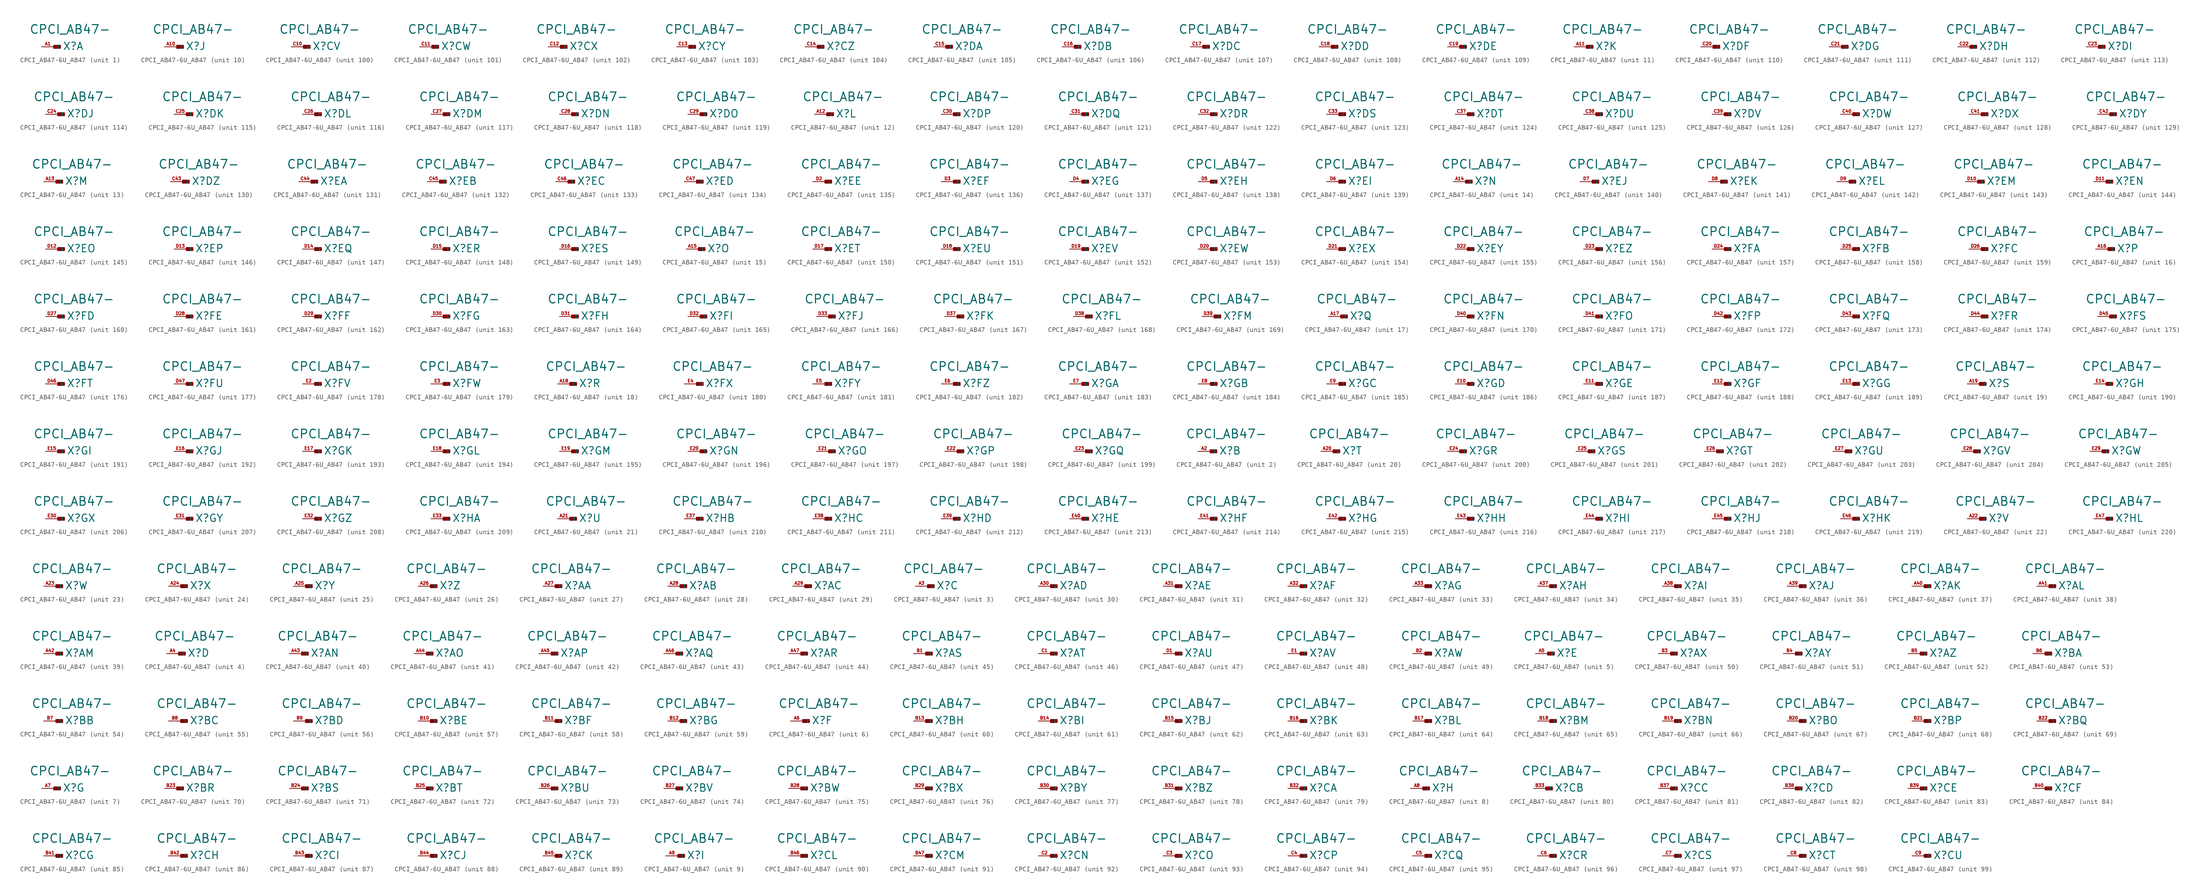
<source format=kicad_sym>
(kicad_symbol_lib
  (version 20220914)
  (generator Eagle2Kicad)
  (symbol "CPCI_AB47-6U_AB47"
    (property "Reference" "X"
      (at 1.778 -0.762 0)
      (effects (font (size 1.524 1.524) (thickness 0.19)) (justify left bottom)))
    (property "Value" "CPCI_AB47-"
      (at -5.08 2.54 0)
      (effects (font (size 1.778 1.778) (thickness 0.22)) (justify left bottom)))
    (symbol "CPCI_AB47-6U_AB47_1_0"
      (rectangle (start 0 -0.254) (end 1.27 0.254) (stroke (width 0.3) (type default)) (fill (type outline)))
      (pin input line (at -2.54 0 0) (length 2.54) (name "1" (effects (font (size 0.635 0.635) (thickness 0.08)) (justify left bottom))) (number "A1" (effects (font (size 0.635 0.635) (thickness 0.08)) (justify left bottom)))))
    (symbol "CPCI_AB47-6U_AB47_2_0"
      (rectangle (start 0 -0.254) (end 1.27 0.254) (stroke (width 0.3) (type default)) (fill (type outline)))
      (pin input line (at -2.54 0 0) (length 2.54) (name "1" (effects (font (size 0.635 0.635) (thickness 0.08)) (justify left bottom))) (number "A2" (effects (font (size 0.635 0.635) (thickness 0.08)) (justify left bottom)))))
    (symbol "CPCI_AB47-6U_AB47_3_0"
      (rectangle (start 0 -0.254) (end 1.27 0.254) (stroke (width 0.3) (type default)) (fill (type outline)))
      (pin input line (at -2.54 0 0) (length 2.54) (name "1" (effects (font (size 0.635 0.635) (thickness 0.08)) (justify left bottom))) (number "A3" (effects (font (size 0.635 0.635) (thickness 0.08)) (justify left bottom)))))
    (symbol "CPCI_AB47-6U_AB47_4_0"
      (rectangle (start 0 -0.254) (end 1.27 0.254) (stroke (width 0.3) (type default)) (fill (type outline)))
      (pin input line (at -2.54 0 0) (length 2.54) (name "1" (effects (font (size 0.635 0.635) (thickness 0.08)) (justify left bottom))) (number "A4" (effects (font (size 0.635 0.635) (thickness 0.08)) (justify left bottom)))))
    (symbol "CPCI_AB47-6U_AB47_5_0"
      (rectangle (start 0 -0.254) (end 1.27 0.254) (stroke (width 0.3) (type default)) (fill (type outline)))
      (pin input line (at -2.54 0 0) (length 2.54) (name "1" (effects (font (size 0.635 0.635) (thickness 0.08)) (justify left bottom))) (number "A5" (effects (font (size 0.635 0.635) (thickness 0.08)) (justify left bottom)))))
    (symbol "CPCI_AB47-6U_AB47_6_0"
      (rectangle (start 0 -0.254) (end 1.27 0.254) (stroke (width 0.3) (type default)) (fill (type outline)))
      (pin input line (at -2.54 0 0) (length 2.54) (name "1" (effects (font (size 0.635 0.635) (thickness 0.08)) (justify left bottom))) (number "A6" (effects (font (size 0.635 0.635) (thickness 0.08)) (justify left bottom)))))
    (symbol "CPCI_AB47-6U_AB47_7_0"
      (rectangle (start 0 -0.254) (end 1.27 0.254) (stroke (width 0.3) (type default)) (fill (type outline)))
      (pin input line (at -2.54 0 0) (length 2.54) (name "1" (effects (font (size 0.635 0.635) (thickness 0.08)) (justify left bottom))) (number "A7" (effects (font (size 0.635 0.635) (thickness 0.08)) (justify left bottom)))))
    (symbol "CPCI_AB47-6U_AB47_8_0"
      (rectangle (start 0 -0.254) (end 1.27 0.254) (stroke (width 0.3) (type default)) (fill (type outline)))
      (pin input line (at -2.54 0 0) (length 2.54) (name "1" (effects (font (size 0.635 0.635) (thickness 0.08)) (justify left bottom))) (number "A8" (effects (font (size 0.635 0.635) (thickness 0.08)) (justify left bottom)))))
    (symbol "CPCI_AB47-6U_AB47_9_0"
      (rectangle (start 0 -0.254) (end 1.27 0.254) (stroke (width 0.3) (type default)) (fill (type outline)))
      (pin input line (at -2.54 0 0) (length 2.54) (name "1" (effects (font (size 0.635 0.635) (thickness 0.08)) (justify left bottom))) (number "A9" (effects (font (size 0.635 0.635) (thickness 0.08)) (justify left bottom)))))
    (symbol "CPCI_AB47-6U_AB47_10_0"
      (rectangle (start 0 -0.254) (end 1.27 0.254) (stroke (width 0.3) (type default)) (fill (type outline)))
      (pin input line (at -2.54 0 0) (length 2.54) (name "1" (effects (font (size 0.635 0.635) (thickness 0.08)) (justify left bottom))) (number "A10" (effects (font (size 0.635 0.635) (thickness 0.08)) (justify left bottom)))))
    (symbol "CPCI_AB47-6U_AB47_11_0"
      (rectangle (start 0 -0.254) (end 1.27 0.254) (stroke (width 0.3) (type default)) (fill (type outline)))
      (pin input line (at -2.54 0 0) (length 2.54) (name "1" (effects (font (size 0.635 0.635) (thickness 0.08)) (justify left bottom))) (number "A11" (effects (font (size 0.635 0.635) (thickness 0.08)) (justify left bottom)))))
    (symbol "CPCI_AB47-6U_AB47_12_0"
      (rectangle (start 0 -0.254) (end 1.27 0.254) (stroke (width 0.3) (type default)) (fill (type outline)))
      (pin input line (at -2.54 0 0) (length 2.54) (name "1" (effects (font (size 0.635 0.635) (thickness 0.08)) (justify left bottom))) (number "A12" (effects (font (size 0.635 0.635) (thickness 0.08)) (justify left bottom)))))
    (symbol "CPCI_AB47-6U_AB47_13_0"
      (rectangle (start 0 -0.254) (end 1.27 0.254) (stroke (width 0.3) (type default)) (fill (type outline)))
      (pin input line (at -2.54 0 0) (length 2.54) (name "1" (effects (font (size 0.635 0.635) (thickness 0.08)) (justify left bottom))) (number "A13" (effects (font (size 0.635 0.635) (thickness 0.08)) (justify left bottom)))))
    (symbol "CPCI_AB47-6U_AB47_14_0"
      (rectangle (start 0 -0.254) (end 1.27 0.254) (stroke (width 0.3) (type default)) (fill (type outline)))
      (pin input line (at -2.54 0 0) (length 2.54) (name "1" (effects (font (size 0.635 0.635) (thickness 0.08)) (justify left bottom))) (number "A14" (effects (font (size 0.635 0.635) (thickness 0.08)) (justify left bottom)))))
    (symbol "CPCI_AB47-6U_AB47_15_0"
      (rectangle (start 0 -0.254) (end 1.27 0.254) (stroke (width 0.3) (type default)) (fill (type outline)))
      (pin input line (at -2.54 0 0) (length 2.54) (name "1" (effects (font (size 0.635 0.635) (thickness 0.08)) (justify left bottom))) (number "A15" (effects (font (size 0.635 0.635) (thickness 0.08)) (justify left bottom)))))
    (symbol "CPCI_AB47-6U_AB47_16_0"
      (rectangle (start 0 -0.254) (end 1.27 0.254) (stroke (width 0.3) (type default)) (fill (type outline)))
      (pin input line (at -2.54 0 0) (length 2.54) (name "1" (effects (font (size 0.635 0.635) (thickness 0.08)) (justify left bottom))) (number "A16" (effects (font (size 0.635 0.635) (thickness 0.08)) (justify left bottom)))))
    (symbol "CPCI_AB47-6U_AB47_17_0"
      (rectangle (start 0 -0.254) (end 1.27 0.254) (stroke (width 0.3) (type default)) (fill (type outline)))
      (pin input line (at -2.54 0 0) (length 2.54) (name "1" (effects (font (size 0.635 0.635) (thickness 0.08)) (justify left bottom))) (number "A17" (effects (font (size 0.635 0.635) (thickness 0.08)) (justify left bottom)))))
    (symbol "CPCI_AB47-6U_AB47_18_0"
      (rectangle (start 0 -0.254) (end 1.27 0.254) (stroke (width 0.3) (type default)) (fill (type outline)))
      (pin input line (at -2.54 0 0) (length 2.54) (name "1" (effects (font (size 0.635 0.635) (thickness 0.08)) (justify left bottom))) (number "A18" (effects (font (size 0.635 0.635) (thickness 0.08)) (justify left bottom)))))
    (symbol "CPCI_AB47-6U_AB47_19_0"
      (rectangle (start 0 -0.254) (end 1.27 0.254) (stroke (width 0.3) (type default)) (fill (type outline)))
      (pin input line (at -2.54 0 0) (length 2.54) (name "1" (effects (font (size 0.635 0.635) (thickness 0.08)) (justify left bottom))) (number "A19" (effects (font (size 0.635 0.635) (thickness 0.08)) (justify left bottom)))))
    (symbol "CPCI_AB47-6U_AB47_20_0"
      (rectangle (start 0 -0.254) (end 1.27 0.254) (stroke (width 0.3) (type default)) (fill (type outline)))
      (pin input line (at -2.54 0 0) (length 2.54) (name "1" (effects (font (size 0.635 0.635) (thickness 0.08)) (justify left bottom))) (number "A20" (effects (font (size 0.635 0.635) (thickness 0.08)) (justify left bottom)))))
    (symbol "CPCI_AB47-6U_AB47_21_0"
      (rectangle (start 0 -0.254) (end 1.27 0.254) (stroke (width 0.3) (type default)) (fill (type outline)))
      (pin input line (at -2.54 0 0) (length 2.54) (name "1" (effects (font (size 0.635 0.635) (thickness 0.08)) (justify left bottom))) (number "A21" (effects (font (size 0.635 0.635) (thickness 0.08)) (justify left bottom)))))
    (symbol "CPCI_AB47-6U_AB47_22_0"
      (rectangle (start 0 -0.254) (end 1.27 0.254) (stroke (width 0.3) (type default)) (fill (type outline)))
      (pin input line (at -2.54 0 0) (length 2.54) (name "1" (effects (font (size 0.635 0.635) (thickness 0.08)) (justify left bottom))) (number "A22" (effects (font (size 0.635 0.635) (thickness 0.08)) (justify left bottom)))))
    (symbol "CPCI_AB47-6U_AB47_23_0"
      (rectangle (start 0 -0.254) (end 1.27 0.254) (stroke (width 0.3) (type default)) (fill (type outline)))
      (pin input line (at -2.54 0 0) (length 2.54) (name "1" (effects (font (size 0.635 0.635) (thickness 0.08)) (justify left bottom))) (number "A23" (effects (font (size 0.635 0.635) (thickness 0.08)) (justify left bottom)))))
    (symbol "CPCI_AB47-6U_AB47_24_0"
      (rectangle (start 0 -0.254) (end 1.27 0.254) (stroke (width 0.3) (type default)) (fill (type outline)))
      (pin input line (at -2.54 0 0) (length 2.54) (name "1" (effects (font (size 0.635 0.635) (thickness 0.08)) (justify left bottom))) (number "A24" (effects (font (size 0.635 0.635) (thickness 0.08)) (justify left bottom)))))
    (symbol "CPCI_AB47-6U_AB47_25_0"
      (rectangle (start 0 -0.254) (end 1.27 0.254) (stroke (width 0.3) (type default)) (fill (type outline)))
      (pin input line (at -2.54 0 0) (length 2.54) (name "1" (effects (font (size 0.635 0.635) (thickness 0.08)) (justify left bottom))) (number "A25" (effects (font (size 0.635 0.635) (thickness 0.08)) (justify left bottom)))))
    (symbol "CPCI_AB47-6U_AB47_26_0"
      (rectangle (start 0 -0.254) (end 1.27 0.254) (stroke (width 0.3) (type default)) (fill (type outline)))
      (pin input line (at -2.54 0 0) (length 2.54) (name "1" (effects (font (size 0.635 0.635) (thickness 0.08)) (justify left bottom))) (number "A26" (effects (font (size 0.635 0.635) (thickness 0.08)) (justify left bottom)))))
    (symbol "CPCI_AB47-6U_AB47_27_0"
      (rectangle (start 0 -0.254) (end 1.27 0.254) (stroke (width 0.3) (type default)) (fill (type outline)))
      (pin input line (at -2.54 0 0) (length 2.54) (name "1" (effects (font (size 0.635 0.635) (thickness 0.08)) (justify left bottom))) (number "A27" (effects (font (size 0.635 0.635) (thickness 0.08)) (justify left bottom)))))
    (symbol "CPCI_AB47-6U_AB47_28_0"
      (rectangle (start 0 -0.254) (end 1.27 0.254) (stroke (width 0.3) (type default)) (fill (type outline)))
      (pin input line (at -2.54 0 0) (length 2.54) (name "1" (effects (font (size 0.635 0.635) (thickness 0.08)) (justify left bottom))) (number "A28" (effects (font (size 0.635 0.635) (thickness 0.08)) (justify left bottom)))))
    (symbol "CPCI_AB47-6U_AB47_29_0"
      (rectangle (start 0 -0.254) (end 1.27 0.254) (stroke (width 0.3) (type default)) (fill (type outline)))
      (pin input line (at -2.54 0 0) (length 2.54) (name "1" (effects (font (size 0.635 0.635) (thickness 0.08)) (justify left bottom))) (number "A29" (effects (font (size 0.635 0.635) (thickness 0.08)) (justify left bottom)))))
    (symbol "CPCI_AB47-6U_AB47_30_0"
      (rectangle (start 0 -0.254) (end 1.27 0.254) (stroke (width 0.3) (type default)) (fill (type outline)))
      (pin input line (at -2.54 0 0) (length 2.54) (name "1" (effects (font (size 0.635 0.635) (thickness 0.08)) (justify left bottom))) (number "A30" (effects (font (size 0.635 0.635) (thickness 0.08)) (justify left bottom)))))
    (symbol "CPCI_AB47-6U_AB47_31_0"
      (rectangle (start 0 -0.254) (end 1.27 0.254) (stroke (width 0.3) (type default)) (fill (type outline)))
      (pin input line (at -2.54 0 0) (length 2.54) (name "1" (effects (font (size 0.635 0.635) (thickness 0.08)) (justify left bottom))) (number "A31" (effects (font (size 0.635 0.635) (thickness 0.08)) (justify left bottom)))))
    (symbol "CPCI_AB47-6U_AB47_32_0"
      (rectangle (start 0 -0.254) (end 1.27 0.254) (stroke (width 0.3) (type default)) (fill (type outline)))
      (pin input line (at -2.54 0 0) (length 2.54) (name "1" (effects (font (size 0.635 0.635) (thickness 0.08)) (justify left bottom))) (number "A32" (effects (font (size 0.635 0.635) (thickness 0.08)) (justify left bottom)))))
    (symbol "CPCI_AB47-6U_AB47_33_0"
      (rectangle (start 0 -0.254) (end 1.27 0.254) (stroke (width 0.3) (type default)) (fill (type outline)))
      (pin input line (at -2.54 0 0) (length 2.54) (name "1" (effects (font (size 0.635 0.635) (thickness 0.08)) (justify left bottom))) (number "A33" (effects (font (size 0.635 0.635) (thickness 0.08)) (justify left bottom)))))
    (symbol "CPCI_AB47-6U_AB47_34_0"
      (rectangle (start 0 -0.254) (end 1.27 0.254) (stroke (width 0.3) (type default)) (fill (type outline)))
      (pin input line (at -2.54 0 0) (length 2.54) (name "1" (effects (font (size 0.635 0.635) (thickness 0.08)) (justify left bottom))) (number "A37" (effects (font (size 0.635 0.635) (thickness 0.08)) (justify left bottom)))))
    (symbol "CPCI_AB47-6U_AB47_35_0"
      (rectangle (start 0 -0.254) (end 1.27 0.254) (stroke (width 0.3) (type default)) (fill (type outline)))
      (pin input line (at -2.54 0 0) (length 2.54) (name "1" (effects (font (size 0.635 0.635) (thickness 0.08)) (justify left bottom))) (number "A38" (effects (font (size 0.635 0.635) (thickness 0.08)) (justify left bottom)))))
    (symbol "CPCI_AB47-6U_AB47_36_0"
      (rectangle (start 0 -0.254) (end 1.27 0.254) (stroke (width 0.3) (type default)) (fill (type outline)))
      (pin input line (at -2.54 0 0) (length 2.54) (name "1" (effects (font (size 0.635 0.635) (thickness 0.08)) (justify left bottom))) (number "A39" (effects (font (size 0.635 0.635) (thickness 0.08)) (justify left bottom)))))
    (symbol "CPCI_AB47-6U_AB47_37_0"
      (rectangle (start 0 -0.254) (end 1.27 0.254) (stroke (width 0.3) (type default)) (fill (type outline)))
      (pin input line (at -2.54 0 0) (length 2.54) (name "1" (effects (font (size 0.635 0.635) (thickness 0.08)) (justify left bottom))) (number "A40" (effects (font (size 0.635 0.635) (thickness 0.08)) (justify left bottom)))))
    (symbol "CPCI_AB47-6U_AB47_38_0"
      (rectangle (start 0 -0.254) (end 1.27 0.254) (stroke (width 0.3) (type default)) (fill (type outline)))
      (pin input line (at -2.54 0 0) (length 2.54) (name "1" (effects (font (size 0.635 0.635) (thickness 0.08)) (justify left bottom))) (number "A41" (effects (font (size 0.635 0.635) (thickness 0.08)) (justify left bottom)))))
    (symbol "CPCI_AB47-6U_AB47_39_0"
      (rectangle (start 0 -0.254) (end 1.27 0.254) (stroke (width 0.3) (type default)) (fill (type outline)))
      (pin input line (at -2.54 0 0) (length 2.54) (name "1" (effects (font (size 0.635 0.635) (thickness 0.08)) (justify left bottom))) (number "A42" (effects (font (size 0.635 0.635) (thickness 0.08)) (justify left bottom)))))
    (symbol "CPCI_AB47-6U_AB47_40_0"
      (rectangle (start 0 -0.254) (end 1.27 0.254) (stroke (width 0.3) (type default)) (fill (type outline)))
      (pin input line (at -2.54 0 0) (length 2.54) (name "1" (effects (font (size 0.635 0.635) (thickness 0.08)) (justify left bottom))) (number "A43" (effects (font (size 0.635 0.635) (thickness 0.08)) (justify left bottom)))))
    (symbol "CPCI_AB47-6U_AB47_41_0"
      (rectangle (start 0 -0.254) (end 1.27 0.254) (stroke (width 0.3) (type default)) (fill (type outline)))
      (pin input line (at -2.54 0 0) (length 2.54) (name "1" (effects (font (size 0.635 0.635) (thickness 0.08)) (justify left bottom))) (number "A44" (effects (font (size 0.635 0.635) (thickness 0.08)) (justify left bottom)))))
    (symbol "CPCI_AB47-6U_AB47_42_0"
      (rectangle (start 0 -0.254) (end 1.27 0.254) (stroke (width 0.3) (type default)) (fill (type outline)))
      (pin input line (at -2.54 0 0) (length 2.54) (name "1" (effects (font (size 0.635 0.635) (thickness 0.08)) (justify left bottom))) (number "A45" (effects (font (size 0.635 0.635) (thickness 0.08)) (justify left bottom)))))
    (symbol "CPCI_AB47-6U_AB47_43_0"
      (rectangle (start 0 -0.254) (end 1.27 0.254) (stroke (width 0.3) (type default)) (fill (type outline)))
      (pin input line (at -2.54 0 0) (length 2.54) (name "1" (effects (font (size 0.635 0.635) (thickness 0.08)) (justify left bottom))) (number "A46" (effects (font (size 0.635 0.635) (thickness 0.08)) (justify left bottom)))))
    (symbol "CPCI_AB47-6U_AB47_44_0"
      (rectangle (start 0 -0.254) (end 1.27 0.254) (stroke (width 0.3) (type default)) (fill (type outline)))
      (pin input line (at -2.54 0 0) (length 2.54) (name "1" (effects (font (size 0.635 0.635) (thickness 0.08)) (justify left bottom))) (number "A47" (effects (font (size 0.635 0.635) (thickness 0.08)) (justify left bottom)))))
    (symbol "CPCI_AB47-6U_AB47_45_0"
      (rectangle (start 0 -0.254) (end 1.27 0.254) (stroke (width 0.3) (type default)) (fill (type outline)))
      (pin input line (at -2.54 0 0) (length 2.54) (name "1" (effects (font (size 0.635 0.635) (thickness 0.08)) (justify left bottom))) (number "B1" (effects (font (size 0.635 0.635) (thickness 0.08)) (justify left bottom)))))
    (symbol "CPCI_AB47-6U_AB47_46_0"
      (rectangle (start 0 -0.254) (end 1.27 0.254) (stroke (width 0.3) (type default)) (fill (type outline)))
      (pin input line (at -2.54 0 0) (length 2.54) (name "1" (effects (font (size 0.635 0.635) (thickness 0.08)) (justify left bottom))) (number "C1" (effects (font (size 0.635 0.635) (thickness 0.08)) (justify left bottom)))))
    (symbol "CPCI_AB47-6U_AB47_47_0"
      (rectangle (start 0 -0.254) (end 1.27 0.254) (stroke (width 0.3) (type default)) (fill (type outline)))
      (pin input line (at -2.54 0 0) (length 2.54) (name "1" (effects (font (size 0.635 0.635) (thickness 0.08)) (justify left bottom))) (number "D1" (effects (font (size 0.635 0.635) (thickness 0.08)) (justify left bottom)))))
    (symbol "CPCI_AB47-6U_AB47_48_0"
      (rectangle (start 0 -0.254) (end 1.27 0.254) (stroke (width 0.3) (type default)) (fill (type outline)))
      (pin input line (at -2.54 0 0) (length 2.54) (name "1" (effects (font (size 0.635 0.635) (thickness 0.08)) (justify left bottom))) (number "E1" (effects (font (size 0.635 0.635) (thickness 0.08)) (justify left bottom)))))
    (symbol "CPCI_AB47-6U_AB47_49_0"
      (rectangle (start 0 -0.254) (end 1.27 0.254) (stroke (width 0.3) (type default)) (fill (type outline)))
      (pin input line (at -2.54 0 0) (length 2.54) (name "1" (effects (font (size 0.635 0.635) (thickness 0.08)) (justify left bottom))) (number "B2" (effects (font (size 0.635 0.635) (thickness 0.08)) (justify left bottom)))))
    (symbol "CPCI_AB47-6U_AB47_50_0"
      (rectangle (start 0 -0.254) (end 1.27 0.254) (stroke (width 0.3) (type default)) (fill (type outline)))
      (pin input line (at -2.54 0 0) (length 2.54) (name "1" (effects (font (size 0.635 0.635) (thickness 0.08)) (justify left bottom))) (number "B3" (effects (font (size 0.635 0.635) (thickness 0.08)) (justify left bottom)))))
    (symbol "CPCI_AB47-6U_AB47_51_0"
      (rectangle (start 0 -0.254) (end 1.27 0.254) (stroke (width 0.3) (type default)) (fill (type outline)))
      (pin input line (at -2.54 0 0) (length 2.54) (name "1" (effects (font (size 0.635 0.635) (thickness 0.08)) (justify left bottom))) (number "B4" (effects (font (size 0.635 0.635) (thickness 0.08)) (justify left bottom)))))
    (symbol "CPCI_AB47-6U_AB47_52_0"
      (rectangle (start 0 -0.254) (end 1.27 0.254) (stroke (width 0.3) (type default)) (fill (type outline)))
      (pin input line (at -2.54 0 0) (length 2.54) (name "1" (effects (font (size 0.635 0.635) (thickness 0.08)) (justify left bottom))) (number "B5" (effects (font (size 0.635 0.635) (thickness 0.08)) (justify left bottom)))))
    (symbol "CPCI_AB47-6U_AB47_53_0"
      (rectangle (start 0 -0.254) (end 1.27 0.254) (stroke (width 0.3) (type default)) (fill (type outline)))
      (pin input line (at -2.54 0 0) (length 2.54) (name "1" (effects (font (size 0.635 0.635) (thickness 0.08)) (justify left bottom))) (number "B6" (effects (font (size 0.635 0.635) (thickness 0.08)) (justify left bottom)))))
    (symbol "CPCI_AB47-6U_AB47_54_0"
      (rectangle (start 0 -0.254) (end 1.27 0.254) (stroke (width 0.3) (type default)) (fill (type outline)))
      (pin input line (at -2.54 0 0) (length 2.54) (name "1" (effects (font (size 0.635 0.635) (thickness 0.08)) (justify left bottom))) (number "B7" (effects (font (size 0.635 0.635) (thickness 0.08)) (justify left bottom)))))
    (symbol "CPCI_AB47-6U_AB47_55_0"
      (rectangle (start 0 -0.254) (end 1.27 0.254) (stroke (width 0.3) (type default)) (fill (type outline)))
      (pin input line (at -2.54 0 0) (length 2.54) (name "1" (effects (font (size 0.635 0.635) (thickness 0.08)) (justify left bottom))) (number "B8" (effects (font (size 0.635 0.635) (thickness 0.08)) (justify left bottom)))))
    (symbol "CPCI_AB47-6U_AB47_56_0"
      (rectangle (start 0 -0.254) (end 1.27 0.254) (stroke (width 0.3) (type default)) (fill (type outline)))
      (pin input line (at -2.54 0 0) (length 2.54) (name "1" (effects (font (size 0.635 0.635) (thickness 0.08)) (justify left bottom))) (number "B9" (effects (font (size 0.635 0.635) (thickness 0.08)) (justify left bottom)))))
    (symbol "CPCI_AB47-6U_AB47_57_0"
      (rectangle (start 0 -0.254) (end 1.27 0.254) (stroke (width 0.3) (type default)) (fill (type outline)))
      (pin input line (at -2.54 0 0) (length 2.54) (name "1" (effects (font (size 0.635 0.635) (thickness 0.08)) (justify left bottom))) (number "B10" (effects (font (size 0.635 0.635) (thickness 0.08)) (justify left bottom)))))
    (symbol "CPCI_AB47-6U_AB47_58_0"
      (rectangle (start 0 -0.254) (end 1.27 0.254) (stroke (width 0.3) (type default)) (fill (type outline)))
      (pin input line (at -2.54 0 0) (length 2.54) (name "1" (effects (font (size 0.635 0.635) (thickness 0.08)) (justify left bottom))) (number "B11" (effects (font (size 0.635 0.635) (thickness 0.08)) (justify left bottom)))))
    (symbol "CPCI_AB47-6U_AB47_59_0"
      (rectangle (start 0 -0.254) (end 1.27 0.254) (stroke (width 0.3) (type default)) (fill (type outline)))
      (pin input line (at -2.54 0 0) (length 2.54) (name "1" (effects (font (size 0.635 0.635) (thickness 0.08)) (justify left bottom))) (number "B12" (effects (font (size 0.635 0.635) (thickness 0.08)) (justify left bottom)))))
    (symbol "CPCI_AB47-6U_AB47_60_0"
      (rectangle (start 0 -0.254) (end 1.27 0.254) (stroke (width 0.3) (type default)) (fill (type outline)))
      (pin input line (at -2.54 0 0) (length 2.54) (name "1" (effects (font (size 0.635 0.635) (thickness 0.08)) (justify left bottom))) (number "B13" (effects (font (size 0.635 0.635) (thickness 0.08)) (justify left bottom)))))
    (symbol "CPCI_AB47-6U_AB47_61_0"
      (rectangle (start 0 -0.254) (end 1.27 0.254) (stroke (width 0.3) (type default)) (fill (type outline)))
      (pin input line (at -2.54 0 0) (length 2.54) (name "1" (effects (font (size 0.635 0.635) (thickness 0.08)) (justify left bottom))) (number "B14" (effects (font (size 0.635 0.635) (thickness 0.08)) (justify left bottom)))))
    (symbol "CPCI_AB47-6U_AB47_62_0"
      (rectangle (start 0 -0.254) (end 1.27 0.254) (stroke (width 0.3) (type default)) (fill (type outline)))
      (pin input line (at -2.54 0 0) (length 2.54) (name "1" (effects (font (size 0.635 0.635) (thickness 0.08)) (justify left bottom))) (number "B15" (effects (font (size 0.635 0.635) (thickness 0.08)) (justify left bottom)))))
    (symbol "CPCI_AB47-6U_AB47_63_0"
      (rectangle (start 0 -0.254) (end 1.27 0.254) (stroke (width 0.3) (type default)) (fill (type outline)))
      (pin input line (at -2.54 0 0) (length 2.54) (name "1" (effects (font (size 0.635 0.635) (thickness 0.08)) (justify left bottom))) (number "B16" (effects (font (size 0.635 0.635) (thickness 0.08)) (justify left bottom)))))
    (symbol "CPCI_AB47-6U_AB47_64_0"
      (rectangle (start 0 -0.254) (end 1.27 0.254) (stroke (width 0.3) (type default)) (fill (type outline)))
      (pin input line (at -2.54 0 0) (length 2.54) (name "1" (effects (font (size 0.635 0.635) (thickness 0.08)) (justify left bottom))) (number "B17" (effects (font (size 0.635 0.635) (thickness 0.08)) (justify left bottom)))))
    (symbol "CPCI_AB47-6U_AB47_65_0"
      (rectangle (start 0 -0.254) (end 1.27 0.254) (stroke (width 0.3) (type default)) (fill (type outline)))
      (pin input line (at -2.54 0 0) (length 2.54) (name "1" (effects (font (size 0.635 0.635) (thickness 0.08)) (justify left bottom))) (number "B18" (effects (font (size 0.635 0.635) (thickness 0.08)) (justify left bottom)))))
    (symbol "CPCI_AB47-6U_AB47_66_0"
      (rectangle (start 0 -0.254) (end 1.27 0.254) (stroke (width 0.3) (type default)) (fill (type outline)))
      (pin input line (at -2.54 0 0) (length 2.54) (name "1" (effects (font (size 0.635 0.635) (thickness 0.08)) (justify left bottom))) (number "B19" (effects (font (size 0.635 0.635) (thickness 0.08)) (justify left bottom)))))
    (symbol "CPCI_AB47-6U_AB47_67_0"
      (rectangle (start 0 -0.254) (end 1.27 0.254) (stroke (width 0.3) (type default)) (fill (type outline)))
      (pin input line (at -2.54 0 0) (length 2.54) (name "1" (effects (font (size 0.635 0.635) (thickness 0.08)) (justify left bottom))) (number "B20" (effects (font (size 0.635 0.635) (thickness 0.08)) (justify left bottom)))))
    (symbol "CPCI_AB47-6U_AB47_68_0"
      (rectangle (start 0 -0.254) (end 1.27 0.254) (stroke (width 0.3) (type default)) (fill (type outline)))
      (pin input line (at -2.54 0 0) (length 2.54) (name "1" (effects (font (size 0.635 0.635) (thickness 0.08)) (justify left bottom))) (number "B21" (effects (font (size 0.635 0.635) (thickness 0.08)) (justify left bottom)))))
    (symbol "CPCI_AB47-6U_AB47_69_0"
      (rectangle (start 0 -0.254) (end 1.27 0.254) (stroke (width 0.3) (type default)) (fill (type outline)))
      (pin input line (at -2.54 0 0) (length 2.54) (name "1" (effects (font (size 0.635 0.635) (thickness 0.08)) (justify left bottom))) (number "B22" (effects (font (size 0.635 0.635) (thickness 0.08)) (justify left bottom)))))
    (symbol "CPCI_AB47-6U_AB47_70_0"
      (rectangle (start 0 -0.254) (end 1.27 0.254) (stroke (width 0.3) (type default)) (fill (type outline)))
      (pin input line (at -2.54 0 0) (length 2.54) (name "1" (effects (font (size 0.635 0.635) (thickness 0.08)) (justify left bottom))) (number "B23" (effects (font (size 0.635 0.635) (thickness 0.08)) (justify left bottom)))))
    (symbol "CPCI_AB47-6U_AB47_71_0"
      (rectangle (start 0 -0.254) (end 1.27 0.254) (stroke (width 0.3) (type default)) (fill (type outline)))
      (pin input line (at -2.54 0 0) (length 2.54) (name "1" (effects (font (size 0.635 0.635) (thickness 0.08)) (justify left bottom))) (number "B24" (effects (font (size 0.635 0.635) (thickness 0.08)) (justify left bottom)))))
    (symbol "CPCI_AB47-6U_AB47_72_0"
      (rectangle (start 0 -0.254) (end 1.27 0.254) (stroke (width 0.3) (type default)) (fill (type outline)))
      (pin input line (at -2.54 0 0) (length 2.54) (name "1" (effects (font (size 0.635 0.635) (thickness 0.08)) (justify left bottom))) (number "B25" (effects (font (size 0.635 0.635) (thickness 0.08)) (justify left bottom)))))
    (symbol "CPCI_AB47-6U_AB47_73_0"
      (rectangle (start 0 -0.254) (end 1.27 0.254) (stroke (width 0.3) (type default)) (fill (type outline)))
      (pin input line (at -2.54 0 0) (length 2.54) (name "1" (effects (font (size 0.635 0.635) (thickness 0.08)) (justify left bottom))) (number "B26" (effects (font (size 0.635 0.635) (thickness 0.08)) (justify left bottom)))))
    (symbol "CPCI_AB47-6U_AB47_74_0"
      (rectangle (start 0 -0.254) (end 1.27 0.254) (stroke (width 0.3) (type default)) (fill (type outline)))
      (pin input line (at -2.54 0 0) (length 2.54) (name "1" (effects (font (size 0.635 0.635) (thickness 0.08)) (justify left bottom))) (number "B27" (effects (font (size 0.635 0.635) (thickness 0.08)) (justify left bottom)))))
    (symbol "CPCI_AB47-6U_AB47_75_0"
      (rectangle (start 0 -0.254) (end 1.27 0.254) (stroke (width 0.3) (type default)) (fill (type outline)))
      (pin input line (at -2.54 0 0) (length 2.54) (name "1" (effects (font (size 0.635 0.635) (thickness 0.08)) (justify left bottom))) (number "B28" (effects (font (size 0.635 0.635) (thickness 0.08)) (justify left bottom)))))
    (symbol "CPCI_AB47-6U_AB47_76_0"
      (rectangle (start 0 -0.254) (end 1.27 0.254) (stroke (width 0.3) (type default)) (fill (type outline)))
      (pin input line (at -2.54 0 0) (length 2.54) (name "1" (effects (font (size 0.635 0.635) (thickness 0.08)) (justify left bottom))) (number "B29" (effects (font (size 0.635 0.635) (thickness 0.08)) (justify left bottom)))))
    (symbol "CPCI_AB47-6U_AB47_77_0"
      (rectangle (start 0 -0.254) (end 1.27 0.254) (stroke (width 0.3) (type default)) (fill (type outline)))
      (pin input line (at -2.54 0 0) (length 2.54) (name "1" (effects (font (size 0.635 0.635) (thickness 0.08)) (justify left bottom))) (number "B30" (effects (font (size 0.635 0.635) (thickness 0.08)) (justify left bottom)))))
    (symbol "CPCI_AB47-6U_AB47_78_0"
      (rectangle (start 0 -0.254) (end 1.27 0.254) (stroke (width 0.3) (type default)) (fill (type outline)))
      (pin input line (at -2.54 0 0) (length 2.54) (name "1" (effects (font (size 0.635 0.635) (thickness 0.08)) (justify left bottom))) (number "B31" (effects (font (size 0.635 0.635) (thickness 0.08)) (justify left bottom)))))
    (symbol "CPCI_AB47-6U_AB47_79_0"
      (rectangle (start 0 -0.254) (end 1.27 0.254) (stroke (width 0.3) (type default)) (fill (type outline)))
      (pin input line (at -2.54 0 0) (length 2.54) (name "1" (effects (font (size 0.635 0.635) (thickness 0.08)) (justify left bottom))) (number "B32" (effects (font (size 0.635 0.635) (thickness 0.08)) (justify left bottom)))))
    (symbol "CPCI_AB47-6U_AB47_80_0"
      (rectangle (start 0 -0.254) (end 1.27 0.254) (stroke (width 0.3) (type default)) (fill (type outline)))
      (pin input line (at -2.54 0 0) (length 2.54) (name "1" (effects (font (size 0.635 0.635) (thickness 0.08)) (justify left bottom))) (number "B33" (effects (font (size 0.635 0.635) (thickness 0.08)) (justify left bottom)))))
    (symbol "CPCI_AB47-6U_AB47_81_0"
      (rectangle (start 0 -0.254) (end 1.27 0.254) (stroke (width 0.3) (type default)) (fill (type outline)))
      (pin input line (at -2.54 0 0) (length 2.54) (name "1" (effects (font (size 0.635 0.635) (thickness 0.08)) (justify left bottom))) (number "B37" (effects (font (size 0.635 0.635) (thickness 0.08)) (justify left bottom)))))
    (symbol "CPCI_AB47-6U_AB47_82_0"
      (rectangle (start 0 -0.254) (end 1.27 0.254) (stroke (width 0.3) (type default)) (fill (type outline)))
      (pin input line (at -2.54 0 0) (length 2.54) (name "1" (effects (font (size 0.635 0.635) (thickness 0.08)) (justify left bottom))) (number "B38" (effects (font (size 0.635 0.635) (thickness 0.08)) (justify left bottom)))))
    (symbol "CPCI_AB47-6U_AB47_83_0"
      (rectangle (start 0 -0.254) (end 1.27 0.254) (stroke (width 0.3) (type default)) (fill (type outline)))
      (pin input line (at -2.54 0 0) (length 2.54) (name "1" (effects (font (size 0.635 0.635) (thickness 0.08)) (justify left bottom))) (number "B39" (effects (font (size 0.635 0.635) (thickness 0.08)) (justify left bottom)))))
    (symbol "CPCI_AB47-6U_AB47_84_0"
      (rectangle (start 0 -0.254) (end 1.27 0.254) (stroke (width 0.3) (type default)) (fill (type outline)))
      (pin input line (at -2.54 0 0) (length 2.54) (name "1" (effects (font (size 0.635 0.635) (thickness 0.08)) (justify left bottom))) (number "B40" (effects (font (size 0.635 0.635) (thickness 0.08)) (justify left bottom)))))
    (symbol "CPCI_AB47-6U_AB47_85_0"
      (rectangle (start 0 -0.254) (end 1.27 0.254) (stroke (width 0.3) (type default)) (fill (type outline)))
      (pin input line (at -2.54 0 0) (length 2.54) (name "1" (effects (font (size 0.635 0.635) (thickness 0.08)) (justify left bottom))) (number "B41" (effects (font (size 0.635 0.635) (thickness 0.08)) (justify left bottom)))))
    (symbol "CPCI_AB47-6U_AB47_86_0"
      (rectangle (start 0 -0.254) (end 1.27 0.254) (stroke (width 0.3) (type default)) (fill (type outline)))
      (pin input line (at -2.54 0 0) (length 2.54) (name "1" (effects (font (size 0.635 0.635) (thickness 0.08)) (justify left bottom))) (number "B42" (effects (font (size 0.635 0.635) (thickness 0.08)) (justify left bottom)))))
    (symbol "CPCI_AB47-6U_AB47_87_0"
      (rectangle (start 0 -0.254) (end 1.27 0.254) (stroke (width 0.3) (type default)) (fill (type outline)))
      (pin input line (at -2.54 0 0) (length 2.54) (name "1" (effects (font (size 0.635 0.635) (thickness 0.08)) (justify left bottom))) (number "B43" (effects (font (size 0.635 0.635) (thickness 0.08)) (justify left bottom)))))
    (symbol "CPCI_AB47-6U_AB47_88_0"
      (rectangle (start 0 -0.254) (end 1.27 0.254) (stroke (width 0.3) (type default)) (fill (type outline)))
      (pin input line (at -2.54 0 0) (length 2.54) (name "1" (effects (font (size 0.635 0.635) (thickness 0.08)) (justify left bottom))) (number "B44" (effects (font (size 0.635 0.635) (thickness 0.08)) (justify left bottom)))))
    (symbol "CPCI_AB47-6U_AB47_89_0"
      (rectangle (start 0 -0.254) (end 1.27 0.254) (stroke (width 0.3) (type default)) (fill (type outline)))
      (pin input line (at -2.54 0 0) (length 2.54) (name "1" (effects (font (size 0.635 0.635) (thickness 0.08)) (justify left bottom))) (number "B45" (effects (font (size 0.635 0.635) (thickness 0.08)) (justify left bottom)))))
    (symbol "CPCI_AB47-6U_AB47_90_0"
      (rectangle (start 0 -0.254) (end 1.27 0.254) (stroke (width 0.3) (type default)) (fill (type outline)))
      (pin input line (at -2.54 0 0) (length 2.54) (name "1" (effects (font (size 0.635 0.635) (thickness 0.08)) (justify left bottom))) (number "B46" (effects (font (size 0.635 0.635) (thickness 0.08)) (justify left bottom)))))
    (symbol "CPCI_AB47-6U_AB47_91_0"
      (rectangle (start 0 -0.254) (end 1.27 0.254) (stroke (width 0.3) (type default)) (fill (type outline)))
      (pin input line (at -2.54 0 0) (length 2.54) (name "1" (effects (font (size 0.635 0.635) (thickness 0.08)) (justify left bottom))) (number "B47" (effects (font (size 0.635 0.635) (thickness 0.08)) (justify left bottom)))))
    (symbol "CPCI_AB47-6U_AB47_92_0"
      (rectangle (start 0 -0.254) (end 1.27 0.254) (stroke (width 0.3) (type default)) (fill (type outline)))
      (pin input line (at -2.54 0 0) (length 2.54) (name "1" (effects (font (size 0.635 0.635) (thickness 0.08)) (justify left bottom))) (number "C2" (effects (font (size 0.635 0.635) (thickness 0.08)) (justify left bottom)))))
    (symbol "CPCI_AB47-6U_AB47_93_0"
      (rectangle (start 0 -0.254) (end 1.27 0.254) (stroke (width 0.3) (type default)) (fill (type outline)))
      (pin input line (at -2.54 0 0) (length 2.54) (name "1" (effects (font (size 0.635 0.635) (thickness 0.08)) (justify left bottom))) (number "C3" (effects (font (size 0.635 0.635) (thickness 0.08)) (justify left bottom)))))
    (symbol "CPCI_AB47-6U_AB47_94_0"
      (rectangle (start 0 -0.254) (end 1.27 0.254) (stroke (width 0.3) (type default)) (fill (type outline)))
      (pin input line (at -2.54 0 0) (length 2.54) (name "1" (effects (font (size 0.635 0.635) (thickness 0.08)) (justify left bottom))) (number "C4" (effects (font (size 0.635 0.635) (thickness 0.08)) (justify left bottom)))))
    (symbol "CPCI_AB47-6U_AB47_95_0"
      (rectangle (start 0 -0.254) (end 1.27 0.254) (stroke (width 0.3) (type default)) (fill (type outline)))
      (pin input line (at -2.54 0 0) (length 2.54) (name "1" (effects (font (size 0.635 0.635) (thickness 0.08)) (justify left bottom))) (number "C5" (effects (font (size 0.635 0.635) (thickness 0.08)) (justify left bottom)))))
    (symbol "CPCI_AB47-6U_AB47_96_0"
      (rectangle (start 0 -0.254) (end 1.27 0.254) (stroke (width 0.3) (type default)) (fill (type outline)))
      (pin input line (at -2.54 0 0) (length 2.54) (name "1" (effects (font (size 0.635 0.635) (thickness 0.08)) (justify left bottom))) (number "C6" (effects (font (size 0.635 0.635) (thickness 0.08)) (justify left bottom)))))
    (symbol "CPCI_AB47-6U_AB47_97_0"
      (rectangle (start 0 -0.254) (end 1.27 0.254) (stroke (width 0.3) (type default)) (fill (type outline)))
      (pin input line (at -2.54 0 0) (length 2.54) (name "1" (effects (font (size 0.635 0.635) (thickness 0.08)) (justify left bottom))) (number "C7" (effects (font (size 0.635 0.635) (thickness 0.08)) (justify left bottom)))))
    (symbol "CPCI_AB47-6U_AB47_98_0"
      (rectangle (start 0 -0.254) (end 1.27 0.254) (stroke (width 0.3) (type default)) (fill (type outline)))
      (pin input line (at -2.54 0 0) (length 2.54) (name "1" (effects (font (size 0.635 0.635) (thickness 0.08)) (justify left bottom))) (number "C8" (effects (font (size 0.635 0.635) (thickness 0.08)) (justify left bottom)))))
    (symbol "CPCI_AB47-6U_AB47_99_0"
      (rectangle (start 0 -0.254) (end 1.27 0.254) (stroke (width 0.3) (type default)) (fill (type outline)))
      (pin input line (at -2.54 0 0) (length 2.54) (name "1" (effects (font (size 0.635 0.635) (thickness 0.08)) (justify left bottom))) (number "C9" (effects (font (size 0.635 0.635) (thickness 0.08)) (justify left bottom)))))
    (symbol "CPCI_AB47-6U_AB47_100_0"
      (rectangle (start 0 -0.254) (end 1.27 0.254) (stroke (width 0.3) (type default)) (fill (type outline)))
      (pin input line (at -2.54 0 0) (length 2.54) (name "1" (effects (font (size 0.635 0.635) (thickness 0.08)) (justify left bottom))) (number "C10" (effects (font (size 0.635 0.635) (thickness 0.08)) (justify left bottom)))))
    (symbol "CPCI_AB47-6U_AB47_101_0"
      (rectangle (start 0 -0.254) (end 1.27 0.254) (stroke (width 0.3) (type default)) (fill (type outline)))
      (pin input line (at -2.54 0 0) (length 2.54) (name "1" (effects (font (size 0.635 0.635) (thickness 0.08)) (justify left bottom))) (number "C11" (effects (font (size 0.635 0.635) (thickness 0.08)) (justify left bottom)))))
    (symbol "CPCI_AB47-6U_AB47_102_0"
      (rectangle (start 0 -0.254) (end 1.27 0.254) (stroke (width 0.3) (type default)) (fill (type outline)))
      (pin input line (at -2.54 0 0) (length 2.54) (name "1" (effects (font (size 0.635 0.635) (thickness 0.08)) (justify left bottom))) (number "C12" (effects (font (size 0.635 0.635) (thickness 0.08)) (justify left bottom)))))
    (symbol "CPCI_AB47-6U_AB47_103_0"
      (rectangle (start 0 -0.254) (end 1.27 0.254) (stroke (width 0.3) (type default)) (fill (type outline)))
      (pin input line (at -2.54 0 0) (length 2.54) (name "1" (effects (font (size 0.635 0.635) (thickness 0.08)) (justify left bottom))) (number "C13" (effects (font (size 0.635 0.635) (thickness 0.08)) (justify left bottom)))))
    (symbol "CPCI_AB47-6U_AB47_104_0"
      (rectangle (start 0 -0.254) (end 1.27 0.254) (stroke (width 0.3) (type default)) (fill (type outline)))
      (pin input line (at -2.54 0 0) (length 2.54) (name "1" (effects (font (size 0.635 0.635) (thickness 0.08)) (justify left bottom))) (number "C14" (effects (font (size 0.635 0.635) (thickness 0.08)) (justify left bottom)))))
    (symbol "CPCI_AB47-6U_AB47_105_0"
      (rectangle (start 0 -0.254) (end 1.27 0.254) (stroke (width 0.3) (type default)) (fill (type outline)))
      (pin input line (at -2.54 0 0) (length 2.54) (name "1" (effects (font (size 0.635 0.635) (thickness 0.08)) (justify left bottom))) (number "C15" (effects (font (size 0.635 0.635) (thickness 0.08)) (justify left bottom)))))
    (symbol "CPCI_AB47-6U_AB47_106_0"
      (rectangle (start 0 -0.254) (end 1.27 0.254) (stroke (width 0.3) (type default)) (fill (type outline)))
      (pin input line (at -2.54 0 0) (length 2.54) (name "1" (effects (font (size 0.635 0.635) (thickness 0.08)) (justify left bottom))) (number "C16" (effects (font (size 0.635 0.635) (thickness 0.08)) (justify left bottom)))))
    (symbol "CPCI_AB47-6U_AB47_107_0"
      (rectangle (start 0 -0.254) (end 1.27 0.254) (stroke (width 0.3) (type default)) (fill (type outline)))
      (pin input line (at -2.54 0 0) (length 2.54) (name "1" (effects (font (size 0.635 0.635) (thickness 0.08)) (justify left bottom))) (number "C17" (effects (font (size 0.635 0.635) (thickness 0.08)) (justify left bottom)))))
    (symbol "CPCI_AB47-6U_AB47_108_0"
      (rectangle (start 0 -0.254) (end 1.27 0.254) (stroke (width 0.3) (type default)) (fill (type outline)))
      (pin input line (at -2.54 0 0) (length 2.54) (name "1" (effects (font (size 0.635 0.635) (thickness 0.08)) (justify left bottom))) (number "C18" (effects (font (size 0.635 0.635) (thickness 0.08)) (justify left bottom)))))
    (symbol "CPCI_AB47-6U_AB47_109_0"
      (rectangle (start 0 -0.254) (end 1.27 0.254) (stroke (width 0.3) (type default)) (fill (type outline)))
      (pin input line (at -2.54 0 0) (length 2.54) (name "1" (effects (font (size 0.635 0.635) (thickness 0.08)) (justify left bottom))) (number "C19" (effects (font (size 0.635 0.635) (thickness 0.08)) (justify left bottom)))))
    (symbol "CPCI_AB47-6U_AB47_110_0"
      (rectangle (start 0 -0.254) (end 1.27 0.254) (stroke (width 0.3) (type default)) (fill (type outline)))
      (pin input line (at -2.54 0 0) (length 2.54) (name "1" (effects (font (size 0.635 0.635) (thickness 0.08)) (justify left bottom))) (number "C20" (effects (font (size 0.635 0.635) (thickness 0.08)) (justify left bottom)))))
    (symbol "CPCI_AB47-6U_AB47_111_0"
      (rectangle (start 0 -0.254) (end 1.27 0.254) (stroke (width 0.3) (type default)) (fill (type outline)))
      (pin input line (at -2.54 0 0) (length 2.54) (name "1" (effects (font (size 0.635 0.635) (thickness 0.08)) (justify left bottom))) (number "C21" (effects (font (size 0.635 0.635) (thickness 0.08)) (justify left bottom)))))
    (symbol "CPCI_AB47-6U_AB47_112_0"
      (rectangle (start 0 -0.254) (end 1.27 0.254) (stroke (width 0.3) (type default)) (fill (type outline)))
      (pin input line (at -2.54 0 0) (length 2.54) (name "1" (effects (font (size 0.635 0.635) (thickness 0.08)) (justify left bottom))) (number "C22" (effects (font (size 0.635 0.635) (thickness 0.08)) (justify left bottom)))))
    (symbol "CPCI_AB47-6U_AB47_113_0"
      (rectangle (start 0 -0.254) (end 1.27 0.254) (stroke (width 0.3) (type default)) (fill (type outline)))
      (pin input line (at -2.54 0 0) (length 2.54) (name "1" (effects (font (size 0.635 0.635) (thickness 0.08)) (justify left bottom))) (number "C23" (effects (font (size 0.635 0.635) (thickness 0.08)) (justify left bottom)))))
    (symbol "CPCI_AB47-6U_AB47_114_0"
      (rectangle (start 0 -0.254) (end 1.27 0.254) (stroke (width 0.3) (type default)) (fill (type outline)))
      (pin input line (at -2.54 0 0) (length 2.54) (name "1" (effects (font (size 0.635 0.635) (thickness 0.08)) (justify left bottom))) (number "C24" (effects (font (size 0.635 0.635) (thickness 0.08)) (justify left bottom)))))
    (symbol "CPCI_AB47-6U_AB47_115_0"
      (rectangle (start 0 -0.254) (end 1.27 0.254) (stroke (width 0.3) (type default)) (fill (type outline)))
      (pin input line (at -2.54 0 0) (length 2.54) (name "1" (effects (font (size 0.635 0.635) (thickness 0.08)) (justify left bottom))) (number "C25" (effects (font (size 0.635 0.635) (thickness 0.08)) (justify left bottom)))))
    (symbol "CPCI_AB47-6U_AB47_116_0"
      (rectangle (start 0 -0.254) (end 1.27 0.254) (stroke (width 0.3) (type default)) (fill (type outline)))
      (pin input line (at -2.54 0 0) (length 2.54) (name "1" (effects (font (size 0.635 0.635) (thickness 0.08)) (justify left bottom))) (number "C26" (effects (font (size 0.635 0.635) (thickness 0.08)) (justify left bottom)))))
    (symbol "CPCI_AB47-6U_AB47_117_0"
      (rectangle (start 0 -0.254) (end 1.27 0.254) (stroke (width 0.3) (type default)) (fill (type outline)))
      (pin input line (at -2.54 0 0) (length 2.54) (name "1" (effects (font (size 0.635 0.635) (thickness 0.08)) (justify left bottom))) (number "C27" (effects (font (size 0.635 0.635) (thickness 0.08)) (justify left bottom)))))
    (symbol "CPCI_AB47-6U_AB47_118_0"
      (rectangle (start 0 -0.254) (end 1.27 0.254) (stroke (width 0.3) (type default)) (fill (type outline)))
      (pin input line (at -2.54 0 0) (length 2.54) (name "1" (effects (font (size 0.635 0.635) (thickness 0.08)) (justify left bottom))) (number "C28" (effects (font (size 0.635 0.635) (thickness 0.08)) (justify left bottom)))))
    (symbol "CPCI_AB47-6U_AB47_119_0"
      (rectangle (start 0 -0.254) (end 1.27 0.254) (stroke (width 0.3) (type default)) (fill (type outline)))
      (pin input line (at -2.54 0 0) (length 2.54) (name "1" (effects (font (size 0.635 0.635) (thickness 0.08)) (justify left bottom))) (number "C29" (effects (font (size 0.635 0.635) (thickness 0.08)) (justify left bottom)))))
    (symbol "CPCI_AB47-6U_AB47_120_0"
      (rectangle (start 0 -0.254) (end 1.27 0.254) (stroke (width 0.3) (type default)) (fill (type outline)))
      (pin input line (at -2.54 0 0) (length 2.54) (name "1" (effects (font (size 0.635 0.635) (thickness 0.08)) (justify left bottom))) (number "C30" (effects (font (size 0.635 0.635) (thickness 0.08)) (justify left bottom)))))
    (symbol "CPCI_AB47-6U_AB47_121_0"
      (rectangle (start 0 -0.254) (end 1.27 0.254) (stroke (width 0.3) (type default)) (fill (type outline)))
      (pin input line (at -2.54 0 0) (length 2.54) (name "1" (effects (font (size 0.635 0.635) (thickness 0.08)) (justify left bottom))) (number "C31" (effects (font (size 0.635 0.635) (thickness 0.08)) (justify left bottom)))))
    (symbol "CPCI_AB47-6U_AB47_122_0"
      (rectangle (start 0 -0.254) (end 1.27 0.254) (stroke (width 0.3) (type default)) (fill (type outline)))
      (pin input line (at -2.54 0 0) (length 2.54) (name "1" (effects (font (size 0.635 0.635) (thickness 0.08)) (justify left bottom))) (number "C32" (effects (font (size 0.635 0.635) (thickness 0.08)) (justify left bottom)))))
    (symbol "CPCI_AB47-6U_AB47_123_0"
      (rectangle (start 0 -0.254) (end 1.27 0.254) (stroke (width 0.3) (type default)) (fill (type outline)))
      (pin input line (at -2.54 0 0) (length 2.54) (name "1" (effects (font (size 0.635 0.635) (thickness 0.08)) (justify left bottom))) (number "C33" (effects (font (size 0.635 0.635) (thickness 0.08)) (justify left bottom)))))
    (symbol "CPCI_AB47-6U_AB47_124_0"
      (rectangle (start 0 -0.254) (end 1.27 0.254) (stroke (width 0.3) (type default)) (fill (type outline)))
      (pin input line (at -2.54 0 0) (length 2.54) (name "1" (effects (font (size 0.635 0.635) (thickness 0.08)) (justify left bottom))) (number "C37" (effects (font (size 0.635 0.635) (thickness 0.08)) (justify left bottom)))))
    (symbol "CPCI_AB47-6U_AB47_125_0"
      (rectangle (start 0 -0.254) (end 1.27 0.254) (stroke (width 0.3) (type default)) (fill (type outline)))
      (pin input line (at -2.54 0 0) (length 2.54) (name "1" (effects (font (size 0.635 0.635) (thickness 0.08)) (justify left bottom))) (number "C38" (effects (font (size 0.635 0.635) (thickness 0.08)) (justify left bottom)))))
    (symbol "CPCI_AB47-6U_AB47_126_0"
      (rectangle (start 0 -0.254) (end 1.27 0.254) (stroke (width 0.3) (type default)) (fill (type outline)))
      (pin input line (at -2.54 0 0) (length 2.54) (name "1" (effects (font (size 0.635 0.635) (thickness 0.08)) (justify left bottom))) (number "C39" (effects (font (size 0.635 0.635) (thickness 0.08)) (justify left bottom)))))
    (symbol "CPCI_AB47-6U_AB47_127_0"
      (rectangle (start 0 -0.254) (end 1.27 0.254) (stroke (width 0.3) (type default)) (fill (type outline)))
      (pin input line (at -2.54 0 0) (length 2.54) (name "1" (effects (font (size 0.635 0.635) (thickness 0.08)) (justify left bottom))) (number "C40" (effects (font (size 0.635 0.635) (thickness 0.08)) (justify left bottom)))))
    (symbol "CPCI_AB47-6U_AB47_128_0"
      (rectangle (start 0 -0.254) (end 1.27 0.254) (stroke (width 0.3) (type default)) (fill (type outline)))
      (pin input line (at -2.54 0 0) (length 2.54) (name "1" (effects (font (size 0.635 0.635) (thickness 0.08)) (justify left bottom))) (number "C41" (effects (font (size 0.635 0.635) (thickness 0.08)) (justify left bottom)))))
    (symbol "CPCI_AB47-6U_AB47_129_0"
      (rectangle (start 0 -0.254) (end 1.27 0.254) (stroke (width 0.3) (type default)) (fill (type outline)))
      (pin input line (at -2.54 0 0) (length 2.54) (name "1" (effects (font (size 0.635 0.635) (thickness 0.08)) (justify left bottom))) (number "C42" (effects (font (size 0.635 0.635) (thickness 0.08)) (justify left bottom)))))
    (symbol "CPCI_AB47-6U_AB47_130_0"
      (rectangle (start 0 -0.254) (end 1.27 0.254) (stroke (width 0.3) (type default)) (fill (type outline)))
      (pin input line (at -2.54 0 0) (length 2.54) (name "1" (effects (font (size 0.635 0.635) (thickness 0.08)) (justify left bottom))) (number "C43" (effects (font (size 0.635 0.635) (thickness 0.08)) (justify left bottom)))))
    (symbol "CPCI_AB47-6U_AB47_131_0"
      (rectangle (start 0 -0.254) (end 1.27 0.254) (stroke (width 0.3) (type default)) (fill (type outline)))
      (pin input line (at -2.54 0 0) (length 2.54) (name "1" (effects (font (size 0.635 0.635) (thickness 0.08)) (justify left bottom))) (number "C44" (effects (font (size 0.635 0.635) (thickness 0.08)) (justify left bottom)))))
    (symbol "CPCI_AB47-6U_AB47_132_0"
      (rectangle (start 0 -0.254) (end 1.27 0.254) (stroke (width 0.3) (type default)) (fill (type outline)))
      (pin input line (at -2.54 0 0) (length 2.54) (name "1" (effects (font (size 0.635 0.635) (thickness 0.08)) (justify left bottom))) (number "C45" (effects (font (size 0.635 0.635) (thickness 0.08)) (justify left bottom)))))
    (symbol "CPCI_AB47-6U_AB47_133_0"
      (rectangle (start 0 -0.254) (end 1.27 0.254) (stroke (width 0.3) (type default)) (fill (type outline)))
      (pin input line (at -2.54 0 0) (length 2.54) (name "1" (effects (font (size 0.635 0.635) (thickness 0.08)) (justify left bottom))) (number "C46" (effects (font (size 0.635 0.635) (thickness 0.08)) (justify left bottom)))))
    (symbol "CPCI_AB47-6U_AB47_134_0"
      (rectangle (start 0 -0.254) (end 1.27 0.254) (stroke (width 0.3) (type default)) (fill (type outline)))
      (pin input line (at -2.54 0 0) (length 2.54) (name "1" (effects (font (size 0.635 0.635) (thickness 0.08)) (justify left bottom))) (number "C47" (effects (font (size 0.635 0.635) (thickness 0.08)) (justify left bottom)))))
    (symbol "CPCI_AB47-6U_AB47_135_0"
      (rectangle (start 0 -0.254) (end 1.27 0.254) (stroke (width 0.3) (type default)) (fill (type outline)))
      (pin input line (at -2.54 0 0) (length 2.54) (name "1" (effects (font (size 0.635 0.635) (thickness 0.08)) (justify left bottom))) (number "D2" (effects (font (size 0.635 0.635) (thickness 0.08)) (justify left bottom)))))
    (symbol "CPCI_AB47-6U_AB47_136_0"
      (rectangle (start 0 -0.254) (end 1.27 0.254) (stroke (width 0.3) (type default)) (fill (type outline)))
      (pin input line (at -2.54 0 0) (length 2.54) (name "1" (effects (font (size 0.635 0.635) (thickness 0.08)) (justify left bottom))) (number "D3" (effects (font (size 0.635 0.635) (thickness 0.08)) (justify left bottom)))))
    (symbol "CPCI_AB47-6U_AB47_137_0"
      (rectangle (start 0 -0.254) (end 1.27 0.254) (stroke (width 0.3) (type default)) (fill (type outline)))
      (pin input line (at -2.54 0 0) (length 2.54) (name "1" (effects (font (size 0.635 0.635) (thickness 0.08)) (justify left bottom))) (number "D4" (effects (font (size 0.635 0.635) (thickness 0.08)) (justify left bottom)))))
    (symbol "CPCI_AB47-6U_AB47_138_0"
      (rectangle (start 0 -0.254) (end 1.27 0.254) (stroke (width 0.3) (type default)) (fill (type outline)))
      (pin input line (at -2.54 0 0) (length 2.54) (name "1" (effects (font (size 0.635 0.635) (thickness 0.08)) (justify left bottom))) (number "D5" (effects (font (size 0.635 0.635) (thickness 0.08)) (justify left bottom)))))
    (symbol "CPCI_AB47-6U_AB47_139_0"
      (rectangle (start 0 -0.254) (end 1.27 0.254) (stroke (width 0.3) (type default)) (fill (type outline)))
      (pin input line (at -2.54 0 0) (length 2.54) (name "1" (effects (font (size 0.635 0.635) (thickness 0.08)) (justify left bottom))) (number "D6" (effects (font (size 0.635 0.635) (thickness 0.08)) (justify left bottom)))))
    (symbol "CPCI_AB47-6U_AB47_140_0"
      (rectangle (start 0 -0.254) (end 1.27 0.254) (stroke (width 0.3) (type default)) (fill (type outline)))
      (pin input line (at -2.54 0 0) (length 2.54) (name "1" (effects (font (size 0.635 0.635) (thickness 0.08)) (justify left bottom))) (number "D7" (effects (font (size 0.635 0.635) (thickness 0.08)) (justify left bottom)))))
    (symbol "CPCI_AB47-6U_AB47_141_0"
      (rectangle (start 0 -0.254) (end 1.27 0.254) (stroke (width 0.3) (type default)) (fill (type outline)))
      (pin input line (at -2.54 0 0) (length 2.54) (name "1" (effects (font (size 0.635 0.635) (thickness 0.08)) (justify left bottom))) (number "D8" (effects (font (size 0.635 0.635) (thickness 0.08)) (justify left bottom)))))
    (symbol "CPCI_AB47-6U_AB47_142_0"
      (rectangle (start 0 -0.254) (end 1.27 0.254) (stroke (width 0.3) (type default)) (fill (type outline)))
      (pin input line (at -2.54 0 0) (length 2.54) (name "1" (effects (font (size 0.635 0.635) (thickness 0.08)) (justify left bottom))) (number "D9" (effects (font (size 0.635 0.635) (thickness 0.08)) (justify left bottom)))))
    (symbol "CPCI_AB47-6U_AB47_143_0"
      (rectangle (start 0 -0.254) (end 1.27 0.254) (stroke (width 0.3) (type default)) (fill (type outline)))
      (pin input line (at -2.54 0 0) (length 2.54) (name "1" (effects (font (size 0.635 0.635) (thickness 0.08)) (justify left bottom))) (number "D10" (effects (font (size 0.635 0.635) (thickness 0.08)) (justify left bottom)))))
    (symbol "CPCI_AB47-6U_AB47_144_0"
      (rectangle (start 0 -0.254) (end 1.27 0.254) (stroke (width 0.3) (type default)) (fill (type outline)))
      (pin input line (at -2.54 0 0) (length 2.54) (name "1" (effects (font (size 0.635 0.635) (thickness 0.08)) (justify left bottom))) (number "D11" (effects (font (size 0.635 0.635) (thickness 0.08)) (justify left bottom)))))
    (symbol "CPCI_AB47-6U_AB47_145_0"
      (rectangle (start 0 -0.254) (end 1.27 0.254) (stroke (width 0.3) (type default)) (fill (type outline)))
      (pin input line (at -2.54 0 0) (length 2.54) (name "1" (effects (font (size 0.635 0.635) (thickness 0.08)) (justify left bottom))) (number "D12" (effects (font (size 0.635 0.635) (thickness 0.08)) (justify left bottom)))))
    (symbol "CPCI_AB47-6U_AB47_146_0"
      (rectangle (start 0 -0.254) (end 1.27 0.254) (stroke (width 0.3) (type default)) (fill (type outline)))
      (pin input line (at -2.54 0 0) (length 2.54) (name "1" (effects (font (size 0.635 0.635) (thickness 0.08)) (justify left bottom))) (number "D13" (effects (font (size 0.635 0.635) (thickness 0.08)) (justify left bottom)))))
    (symbol "CPCI_AB47-6U_AB47_147_0"
      (rectangle (start 0 -0.254) (end 1.27 0.254) (stroke (width 0.3) (type default)) (fill (type outline)))
      (pin input line (at -2.54 0 0) (length 2.54) (name "1" (effects (font (size 0.635 0.635) (thickness 0.08)) (justify left bottom))) (number "D14" (effects (font (size 0.635 0.635) (thickness 0.08)) (justify left bottom)))))
    (symbol "CPCI_AB47-6U_AB47_148_0"
      (rectangle (start 0 -0.254) (end 1.27 0.254) (stroke (width 0.3) (type default)) (fill (type outline)))
      (pin input line (at -2.54 0 0) (length 2.54) (name "1" (effects (font (size 0.635 0.635) (thickness 0.08)) (justify left bottom))) (number "D15" (effects (font (size 0.635 0.635) (thickness 0.08)) (justify left bottom)))))
    (symbol "CPCI_AB47-6U_AB47_149_0"
      (rectangle (start 0 -0.254) (end 1.27 0.254) (stroke (width 0.3) (type default)) (fill (type outline)))
      (pin input line (at -2.54 0 0) (length 2.54) (name "1" (effects (font (size 0.635 0.635) (thickness 0.08)) (justify left bottom))) (number "D16" (effects (font (size 0.635 0.635) (thickness 0.08)) (justify left bottom)))))
    (symbol "CPCI_AB47-6U_AB47_150_0"
      (rectangle (start 0 -0.254) (end 1.27 0.254) (stroke (width 0.3) (type default)) (fill (type outline)))
      (pin input line (at -2.54 0 0) (length 2.54) (name "1" (effects (font (size 0.635 0.635) (thickness 0.08)) (justify left bottom))) (number "D17" (effects (font (size 0.635 0.635) (thickness 0.08)) (justify left bottom)))))
    (symbol "CPCI_AB47-6U_AB47_151_0"
      (rectangle (start 0 -0.254) (end 1.27 0.254) (stroke (width 0.3) (type default)) (fill (type outline)))
      (pin input line (at -2.54 0 0) (length 2.54) (name "1" (effects (font (size 0.635 0.635) (thickness 0.08)) (justify left bottom))) (number "D18" (effects (font (size 0.635 0.635) (thickness 0.08)) (justify left bottom)))))
    (symbol "CPCI_AB47-6U_AB47_152_0"
      (rectangle (start 0 -0.254) (end 1.27 0.254) (stroke (width 0.3) (type default)) (fill (type outline)))
      (pin input line (at -2.54 0 0) (length 2.54) (name "1" (effects (font (size 0.635 0.635) (thickness 0.08)) (justify left bottom))) (number "D19" (effects (font (size 0.635 0.635) (thickness 0.08)) (justify left bottom)))))
    (symbol "CPCI_AB47-6U_AB47_153_0"
      (rectangle (start 0 -0.254) (end 1.27 0.254) (stroke (width 0.3) (type default)) (fill (type outline)))
      (pin input line (at -2.54 0 0) (length 2.54) (name "1" (effects (font (size 0.635 0.635) (thickness 0.08)) (justify left bottom))) (number "D20" (effects (font (size 0.635 0.635) (thickness 0.08)) (justify left bottom)))))
    (symbol "CPCI_AB47-6U_AB47_154_0"
      (rectangle (start 0 -0.254) (end 1.27 0.254) (stroke (width 0.3) (type default)) (fill (type outline)))
      (pin input line (at -2.54 0 0) (length 2.54) (name "1" (effects (font (size 0.635 0.635) (thickness 0.08)) (justify left bottom))) (number "D21" (effects (font (size 0.635 0.635) (thickness 0.08)) (justify left bottom)))))
    (symbol "CPCI_AB47-6U_AB47_155_0"
      (rectangle (start 0 -0.254) (end 1.27 0.254) (stroke (width 0.3) (type default)) (fill (type outline)))
      (pin input line (at -2.54 0 0) (length 2.54) (name "1" (effects (font (size 0.635 0.635) (thickness 0.08)) (justify left bottom))) (number "D22" (effects (font (size 0.635 0.635) (thickness 0.08)) (justify left bottom)))))
    (symbol "CPCI_AB47-6U_AB47_156_0"
      (rectangle (start 0 -0.254) (end 1.27 0.254) (stroke (width 0.3) (type default)) (fill (type outline)))
      (pin input line (at -2.54 0 0) (length 2.54) (name "1" (effects (font (size 0.635 0.635) (thickness 0.08)) (justify left bottom))) (number "D23" (effects (font (size 0.635 0.635) (thickness 0.08)) (justify left bottom)))))
    (symbol "CPCI_AB47-6U_AB47_157_0"
      (rectangle (start 0 -0.254) (end 1.27 0.254) (stroke (width 0.3) (type default)) (fill (type outline)))
      (pin input line (at -2.54 0 0) (length 2.54) (name "1" (effects (font (size 0.635 0.635) (thickness 0.08)) (justify left bottom))) (number "D24" (effects (font (size 0.635 0.635) (thickness 0.08)) (justify left bottom)))))
    (symbol "CPCI_AB47-6U_AB47_158_0"
      (rectangle (start 0 -0.254) (end 1.27 0.254) (stroke (width 0.3) (type default)) (fill (type outline)))
      (pin input line (at -2.54 0 0) (length 2.54) (name "1" (effects (font (size 0.635 0.635) (thickness 0.08)) (justify left bottom))) (number "D25" (effects (font (size 0.635 0.635) (thickness 0.08)) (justify left bottom)))))
    (symbol "CPCI_AB47-6U_AB47_159_0"
      (rectangle (start 0 -0.254) (end 1.27 0.254) (stroke (width 0.3) (type default)) (fill (type outline)))
      (pin input line (at -2.54 0 0) (length 2.54) (name "1" (effects (font (size 0.635 0.635) (thickness 0.08)) (justify left bottom))) (number "D26" (effects (font (size 0.635 0.635) (thickness 0.08)) (justify left bottom)))))
    (symbol "CPCI_AB47-6U_AB47_160_0"
      (rectangle (start 0 -0.254) (end 1.27 0.254) (stroke (width 0.3) (type default)) (fill (type outline)))
      (pin input line (at -2.54 0 0) (length 2.54) (name "1" (effects (font (size 0.635 0.635) (thickness 0.08)) (justify left bottom))) (number "D27" (effects (font (size 0.635 0.635) (thickness 0.08)) (justify left bottom)))))
    (symbol "CPCI_AB47-6U_AB47_161_0"
      (rectangle (start 0 -0.254) (end 1.27 0.254) (stroke (width 0.3) (type default)) (fill (type outline)))
      (pin input line (at -2.54 0 0) (length 2.54) (name "1" (effects (font (size 0.635 0.635) (thickness 0.08)) (justify left bottom))) (number "D28" (effects (font (size 0.635 0.635) (thickness 0.08)) (justify left bottom)))))
    (symbol "CPCI_AB47-6U_AB47_162_0"
      (rectangle (start 0 -0.254) (end 1.27 0.254) (stroke (width 0.3) (type default)) (fill (type outline)))
      (pin input line (at -2.54 0 0) (length 2.54) (name "1" (effects (font (size 0.635 0.635) (thickness 0.08)) (justify left bottom))) (number "D29" (effects (font (size 0.635 0.635) (thickness 0.08)) (justify left bottom)))))
    (symbol "CPCI_AB47-6U_AB47_163_0"
      (rectangle (start 0 -0.254) (end 1.27 0.254) (stroke (width 0.3) (type default)) (fill (type outline)))
      (pin input line (at -2.54 0 0) (length 2.54) (name "1" (effects (font (size 0.635 0.635) (thickness 0.08)) (justify left bottom))) (number "D30" (effects (font (size 0.635 0.635) (thickness 0.08)) (justify left bottom)))))
    (symbol "CPCI_AB47-6U_AB47_164_0"
      (rectangle (start 0 -0.254) (end 1.27 0.254) (stroke (width 0.3) (type default)) (fill (type outline)))
      (pin input line (at -2.54 0 0) (length 2.54) (name "1" (effects (font (size 0.635 0.635) (thickness 0.08)) (justify left bottom))) (number "D31" (effects (font (size 0.635 0.635) (thickness 0.08)) (justify left bottom)))))
    (symbol "CPCI_AB47-6U_AB47_165_0"
      (rectangle (start 0 -0.254) (end 1.27 0.254) (stroke (width 0.3) (type default)) (fill (type outline)))
      (pin input line (at -2.54 0 0) (length 2.54) (name "1" (effects (font (size 0.635 0.635) (thickness 0.08)) (justify left bottom))) (number "D32" (effects (font (size 0.635 0.635) (thickness 0.08)) (justify left bottom)))))
    (symbol "CPCI_AB47-6U_AB47_166_0"
      (rectangle (start 0 -0.254) (end 1.27 0.254) (stroke (width 0.3) (type default)) (fill (type outline)))
      (pin input line (at -2.54 0 0) (length 2.54) (name "1" (effects (font (size 0.635 0.635) (thickness 0.08)) (justify left bottom))) (number "D33" (effects (font (size 0.635 0.635) (thickness 0.08)) (justify left bottom)))))
    (symbol "CPCI_AB47-6U_AB47_167_0"
      (rectangle (start 0 -0.254) (end 1.27 0.254) (stroke (width 0.3) (type default)) (fill (type outline)))
      (pin input line (at -2.54 0 0) (length 2.54) (name "1" (effects (font (size 0.635 0.635) (thickness 0.08)) (justify left bottom))) (number "D37" (effects (font (size 0.635 0.635) (thickness 0.08)) (justify left bottom)))))
    (symbol "CPCI_AB47-6U_AB47_168_0"
      (rectangle (start 0 -0.254) (end 1.27 0.254) (stroke (width 0.3) (type default)) (fill (type outline)))
      (pin input line (at -2.54 0 0) (length 2.54) (name "1" (effects (font (size 0.635 0.635) (thickness 0.08)) (justify left bottom))) (number "D38" (effects (font (size 0.635 0.635) (thickness 0.08)) (justify left bottom)))))
    (symbol "CPCI_AB47-6U_AB47_169_0"
      (rectangle (start 0 -0.254) (end 1.27 0.254) (stroke (width 0.3) (type default)) (fill (type outline)))
      (pin input line (at -2.54 0 0) (length 2.54) (name "1" (effects (font (size 0.635 0.635) (thickness 0.08)) (justify left bottom))) (number "D39" (effects (font (size 0.635 0.635) (thickness 0.08)) (justify left bottom)))))
    (symbol "CPCI_AB47-6U_AB47_170_0"
      (rectangle (start 0 -0.254) (end 1.27 0.254) (stroke (width 0.3) (type default)) (fill (type outline)))
      (pin input line (at -2.54 0 0) (length 2.54) (name "1" (effects (font (size 0.635 0.635) (thickness 0.08)) (justify left bottom))) (number "D40" (effects (font (size 0.635 0.635) (thickness 0.08)) (justify left bottom)))))
    (symbol "CPCI_AB47-6U_AB47_171_0"
      (rectangle (start 0 -0.254) (end 1.27 0.254) (stroke (width 0.3) (type default)) (fill (type outline)))
      (pin input line (at -2.54 0 0) (length 2.54) (name "1" (effects (font (size 0.635 0.635) (thickness 0.08)) (justify left bottom))) (number "D41" (effects (font (size 0.635 0.635) (thickness 0.08)) (justify left bottom)))))
    (symbol "CPCI_AB47-6U_AB47_172_0"
      (rectangle (start 0 -0.254) (end 1.27 0.254) (stroke (width 0.3) (type default)) (fill (type outline)))
      (pin input line (at -2.54 0 0) (length 2.54) (name "1" (effects (font (size 0.635 0.635) (thickness 0.08)) (justify left bottom))) (number "D42" (effects (font (size 0.635 0.635) (thickness 0.08)) (justify left bottom)))))
    (symbol "CPCI_AB47-6U_AB47_173_0"
      (rectangle (start 0 -0.254) (end 1.27 0.254) (stroke (width 0.3) (type default)) (fill (type outline)))
      (pin input line (at -2.54 0 0) (length 2.54) (name "1" (effects (font (size 0.635 0.635) (thickness 0.08)) (justify left bottom))) (number "D43" (effects (font (size 0.635 0.635) (thickness 0.08)) (justify left bottom)))))
    (symbol "CPCI_AB47-6U_AB47_174_0"
      (rectangle (start 0 -0.254) (end 1.27 0.254) (stroke (width 0.3) (type default)) (fill (type outline)))
      (pin input line (at -2.54 0 0) (length 2.54) (name "1" (effects (font (size 0.635 0.635) (thickness 0.08)) (justify left bottom))) (number "D44" (effects (font (size 0.635 0.635) (thickness 0.08)) (justify left bottom)))))
    (symbol "CPCI_AB47-6U_AB47_175_0"
      (rectangle (start 0 -0.254) (end 1.27 0.254) (stroke (width 0.3) (type default)) (fill (type outline)))
      (pin input line (at -2.54 0 0) (length 2.54) (name "1" (effects (font (size 0.635 0.635) (thickness 0.08)) (justify left bottom))) (number "D45" (effects (font (size 0.635 0.635) (thickness 0.08)) (justify left bottom)))))
    (symbol "CPCI_AB47-6U_AB47_176_0"
      (rectangle (start 0 -0.254) (end 1.27 0.254) (stroke (width 0.3) (type default)) (fill (type outline)))
      (pin input line (at -2.54 0 0) (length 2.54) (name "1" (effects (font (size 0.635 0.635) (thickness 0.08)) (justify left bottom))) (number "D46" (effects (font (size 0.635 0.635) (thickness 0.08)) (justify left bottom)))))
    (symbol "CPCI_AB47-6U_AB47_177_0"
      (rectangle (start 0 -0.254) (end 1.27 0.254) (stroke (width 0.3) (type default)) (fill (type outline)))
      (pin input line (at -2.54 0 0) (length 2.54) (name "1" (effects (font (size 0.635 0.635) (thickness 0.08)) (justify left bottom))) (number "D47" (effects (font (size 0.635 0.635) (thickness 0.08)) (justify left bottom)))))
    (symbol "CPCI_AB47-6U_AB47_178_0"
      (rectangle (start 0 -0.254) (end 1.27 0.254) (stroke (width 0.3) (type default)) (fill (type outline)))
      (pin input line (at -2.54 0 0) (length 2.54) (name "1" (effects (font (size 0.635 0.635) (thickness 0.08)) (justify left bottom))) (number "E2" (effects (font (size 0.635 0.635) (thickness 0.08)) (justify left bottom)))))
    (symbol "CPCI_AB47-6U_AB47_179_0"
      (rectangle (start 0 -0.254) (end 1.27 0.254) (stroke (width 0.3) (type default)) (fill (type outline)))
      (pin input line (at -2.54 0 0) (length 2.54) (name "1" (effects (font (size 0.635 0.635) (thickness 0.08)) (justify left bottom))) (number "E3" (effects (font (size 0.635 0.635) (thickness 0.08)) (justify left bottom)))))
    (symbol "CPCI_AB47-6U_AB47_180_0"
      (rectangle (start 0 -0.254) (end 1.27 0.254) (stroke (width 0.3) (type default)) (fill (type outline)))
      (pin input line (at -2.54 0 0) (length 2.54) (name "1" (effects (font (size 0.635 0.635) (thickness 0.08)) (justify left bottom))) (number "E4" (effects (font (size 0.635 0.635) (thickness 0.08)) (justify left bottom)))))
    (symbol "CPCI_AB47-6U_AB47_181_0"
      (rectangle (start 0 -0.254) (end 1.27 0.254) (stroke (width 0.3) (type default)) (fill (type outline)))
      (pin input line (at -2.54 0 0) (length 2.54) (name "1" (effects (font (size 0.635 0.635) (thickness 0.08)) (justify left bottom))) (number "E5" (effects (font (size 0.635 0.635) (thickness 0.08)) (justify left bottom)))))
    (symbol "CPCI_AB47-6U_AB47_182_0"
      (rectangle (start 0 -0.254) (end 1.27 0.254) (stroke (width 0.3) (type default)) (fill (type outline)))
      (pin input line (at -2.54 0 0) (length 2.54) (name "1" (effects (font (size 0.635 0.635) (thickness 0.08)) (justify left bottom))) (number "E6" (effects (font (size 0.635 0.635) (thickness 0.08)) (justify left bottom)))))
    (symbol "CPCI_AB47-6U_AB47_183_0"
      (rectangle (start 0 -0.254) (end 1.27 0.254) (stroke (width 0.3) (type default)) (fill (type outline)))
      (pin input line (at -2.54 0 0) (length 2.54) (name "1" (effects (font (size 0.635 0.635) (thickness 0.08)) (justify left bottom))) (number "E7" (effects (font (size 0.635 0.635) (thickness 0.08)) (justify left bottom)))))
    (symbol "CPCI_AB47-6U_AB47_184_0"
      (rectangle (start 0 -0.254) (end 1.27 0.254) (stroke (width 0.3) (type default)) (fill (type outline)))
      (pin input line (at -2.54 0 0) (length 2.54) (name "1" (effects (font (size 0.635 0.635) (thickness 0.08)) (justify left bottom))) (number "E8" (effects (font (size 0.635 0.635) (thickness 0.08)) (justify left bottom)))))
    (symbol "CPCI_AB47-6U_AB47_185_0"
      (rectangle (start 0 -0.254) (end 1.27 0.254) (stroke (width 0.3) (type default)) (fill (type outline)))
      (pin input line (at -2.54 0 0) (length 2.54) (name "1" (effects (font (size 0.635 0.635) (thickness 0.08)) (justify left bottom))) (number "E9" (effects (font (size 0.635 0.635) (thickness 0.08)) (justify left bottom)))))
    (symbol "CPCI_AB47-6U_AB47_186_0"
      (rectangle (start 0 -0.254) (end 1.27 0.254) (stroke (width 0.3) (type default)) (fill (type outline)))
      (pin input line (at -2.54 0 0) (length 2.54) (name "1" (effects (font (size 0.635 0.635) (thickness 0.08)) (justify left bottom))) (number "E10" (effects (font (size 0.635 0.635) (thickness 0.08)) (justify left bottom)))))
    (symbol "CPCI_AB47-6U_AB47_187_0"
      (rectangle (start 0 -0.254) (end 1.27 0.254) (stroke (width 0.3) (type default)) (fill (type outline)))
      (pin input line (at -2.54 0 0) (length 2.54) (name "1" (effects (font (size 0.635 0.635) (thickness 0.08)) (justify left bottom))) (number "E11" (effects (font (size 0.635 0.635) (thickness 0.08)) (justify left bottom)))))
    (symbol "CPCI_AB47-6U_AB47_188_0"
      (rectangle (start 0 -0.254) (end 1.27 0.254) (stroke (width 0.3) (type default)) (fill (type outline)))
      (pin input line (at -2.54 0 0) (length 2.54) (name "1" (effects (font (size 0.635 0.635) (thickness 0.08)) (justify left bottom))) (number "E12" (effects (font (size 0.635 0.635) (thickness 0.08)) (justify left bottom)))))
    (symbol "CPCI_AB47-6U_AB47_189_0"
      (rectangle (start 0 -0.254) (end 1.27 0.254) (stroke (width 0.3) (type default)) (fill (type outline)))
      (pin input line (at -2.54 0 0) (length 2.54) (name "1" (effects (font (size 0.635 0.635) (thickness 0.08)) (justify left bottom))) (number "E13" (effects (font (size 0.635 0.635) (thickness 0.08)) (justify left bottom)))))
    (symbol "CPCI_AB47-6U_AB47_190_0"
      (rectangle (start 0 -0.254) (end 1.27 0.254) (stroke (width 0.3) (type default)) (fill (type outline)))
      (pin input line (at -2.54 0 0) (length 2.54) (name "1" (effects (font (size 0.635 0.635) (thickness 0.08)) (justify left bottom))) (number "E14" (effects (font (size 0.635 0.635) (thickness 0.08)) (justify left bottom)))))
    (symbol "CPCI_AB47-6U_AB47_191_0"
      (rectangle (start 0 -0.254) (end 1.27 0.254) (stroke (width 0.3) (type default)) (fill (type outline)))
      (pin input line (at -2.54 0 0) (length 2.54) (name "1" (effects (font (size 0.635 0.635) (thickness 0.08)) (justify left bottom))) (number "E15" (effects (font (size 0.635 0.635) (thickness 0.08)) (justify left bottom)))))
    (symbol "CPCI_AB47-6U_AB47_192_0"
      (rectangle (start 0 -0.254) (end 1.27 0.254) (stroke (width 0.3) (type default)) (fill (type outline)))
      (pin input line (at -2.54 0 0) (length 2.54) (name "1" (effects (font (size 0.635 0.635) (thickness 0.08)) (justify left bottom))) (number "E16" (effects (font (size 0.635 0.635) (thickness 0.08)) (justify left bottom)))))
    (symbol "CPCI_AB47-6U_AB47_193_0"
      (rectangle (start 0 -0.254) (end 1.27 0.254) (stroke (width 0.3) (type default)) (fill (type outline)))
      (pin input line (at -2.54 0 0) (length 2.54) (name "1" (effects (font (size 0.635 0.635) (thickness 0.08)) (justify left bottom))) (number "E17" (effects (font (size 0.635 0.635) (thickness 0.08)) (justify left bottom)))))
    (symbol "CPCI_AB47-6U_AB47_194_0"
      (rectangle (start 0 -0.254) (end 1.27 0.254) (stroke (width 0.3) (type default)) (fill (type outline)))
      (pin input line (at -2.54 0 0) (length 2.54) (name "1" (effects (font (size 0.635 0.635) (thickness 0.08)) (justify left bottom))) (number "E18" (effects (font (size 0.635 0.635) (thickness 0.08)) (justify left bottom)))))
    (symbol "CPCI_AB47-6U_AB47_195_0"
      (rectangle (start 0 -0.254) (end 1.27 0.254) (stroke (width 0.3) (type default)) (fill (type outline)))
      (pin input line (at -2.54 0 0) (length 2.54) (name "1" (effects (font (size 0.635 0.635) (thickness 0.08)) (justify left bottom))) (number "E19" (effects (font (size 0.635 0.635) (thickness 0.08)) (justify left bottom)))))
    (symbol "CPCI_AB47-6U_AB47_196_0"
      (rectangle (start 0 -0.254) (end 1.27 0.254) (stroke (width 0.3) (type default)) (fill (type outline)))
      (pin input line (at -2.54 0 0) (length 2.54) (name "1" (effects (font (size 0.635 0.635) (thickness 0.08)) (justify left bottom))) (number "E20" (effects (font (size 0.635 0.635) (thickness 0.08)) (justify left bottom)))))
    (symbol "CPCI_AB47-6U_AB47_197_0"
      (rectangle (start 0 -0.254) (end 1.27 0.254) (stroke (width 0.3) (type default)) (fill (type outline)))
      (pin input line (at -2.54 0 0) (length 2.54) (name "1" (effects (font (size 0.635 0.635) (thickness 0.08)) (justify left bottom))) (number "E21" (effects (font (size 0.635 0.635) (thickness 0.08)) (justify left bottom)))))
    (symbol "CPCI_AB47-6U_AB47_198_0"
      (rectangle (start 0 -0.254) (end 1.27 0.254) (stroke (width 0.3) (type default)) (fill (type outline)))
      (pin input line (at -2.54 0 0) (length 2.54) (name "1" (effects (font (size 0.635 0.635) (thickness 0.08)) (justify left bottom))) (number "E22" (effects (font (size 0.635 0.635) (thickness 0.08)) (justify left bottom)))))
    (symbol "CPCI_AB47-6U_AB47_199_0"
      (rectangle (start 0 -0.254) (end 1.27 0.254) (stroke (width 0.3) (type default)) (fill (type outline)))
      (pin input line (at -2.54 0 0) (length 2.54) (name "1" (effects (font (size 0.635 0.635) (thickness 0.08)) (justify left bottom))) (number "E23" (effects (font (size 0.635 0.635) (thickness 0.08)) (justify left bottom)))))
    (symbol "CPCI_AB47-6U_AB47_200_0"
      (rectangle (start 0 -0.254) (end 1.27 0.254) (stroke (width 0.3) (type default)) (fill (type outline)))
      (pin input line (at -2.54 0 0) (length 2.54) (name "1" (effects (font (size 0.635 0.635) (thickness 0.08)) (justify left bottom))) (number "E24" (effects (font (size 0.635 0.635) (thickness 0.08)) (justify left bottom)))))
    (symbol "CPCI_AB47-6U_AB47_201_0"
      (rectangle (start 0 -0.254) (end 1.27 0.254) (stroke (width 0.3) (type default)) (fill (type outline)))
      (pin input line (at -2.54 0 0) (length 2.54) (name "1" (effects (font (size 0.635 0.635) (thickness 0.08)) (justify left bottom))) (number "E25" (effects (font (size 0.635 0.635) (thickness 0.08)) (justify left bottom)))))
    (symbol "CPCI_AB47-6U_AB47_202_0"
      (rectangle (start 0 -0.254) (end 1.27 0.254) (stroke (width 0.3) (type default)) (fill (type outline)))
      (pin input line (at -2.54 0 0) (length 2.54) (name "1" (effects (font (size 0.635 0.635) (thickness 0.08)) (justify left bottom))) (number "E26" (effects (font (size 0.635 0.635) (thickness 0.08)) (justify left bottom)))))
    (symbol "CPCI_AB47-6U_AB47_203_0"
      (rectangle (start 0 -0.254) (end 1.27 0.254) (stroke (width 0.3) (type default)) (fill (type outline)))
      (pin input line (at -2.54 0 0) (length 2.54) (name "1" (effects (font (size 0.635 0.635) (thickness 0.08)) (justify left bottom))) (number "E27" (effects (font (size 0.635 0.635) (thickness 0.08)) (justify left bottom)))))
    (symbol "CPCI_AB47-6U_AB47_204_0"
      (rectangle (start 0 -0.254) (end 1.27 0.254) (stroke (width 0.3) (type default)) (fill (type outline)))
      (pin input line (at -2.54 0 0) (length 2.54) (name "1" (effects (font (size 0.635 0.635) (thickness 0.08)) (justify left bottom))) (number "E28" (effects (font (size 0.635 0.635) (thickness 0.08)) (justify left bottom)))))
    (symbol "CPCI_AB47-6U_AB47_205_0"
      (rectangle (start 0 -0.254) (end 1.27 0.254) (stroke (width 0.3) (type default)) (fill (type outline)))
      (pin input line (at -2.54 0 0) (length 2.54) (name "1" (effects (font (size 0.635 0.635) (thickness 0.08)) (justify left bottom))) (number "E29" (effects (font (size 0.635 0.635) (thickness 0.08)) (justify left bottom)))))
    (symbol "CPCI_AB47-6U_AB47_206_0"
      (rectangle (start 0 -0.254) (end 1.27 0.254) (stroke (width 0.3) (type default)) (fill (type outline)))
      (pin input line (at -2.54 0 0) (length 2.54) (name "1" (effects (font (size 0.635 0.635) (thickness 0.08)) (justify left bottom))) (number "E30" (effects (font (size 0.635 0.635) (thickness 0.08)) (justify left bottom)))))
    (symbol "CPCI_AB47-6U_AB47_207_0"
      (rectangle (start 0 -0.254) (end 1.27 0.254) (stroke (width 0.3) (type default)) (fill (type outline)))
      (pin input line (at -2.54 0 0) (length 2.54) (name "1" (effects (font (size 0.635 0.635) (thickness 0.08)) (justify left bottom))) (number "E31" (effects (font (size 0.635 0.635) (thickness 0.08)) (justify left bottom)))))
    (symbol "CPCI_AB47-6U_AB47_208_0"
      (rectangle (start 0 -0.254) (end 1.27 0.254) (stroke (width 0.3) (type default)) (fill (type outline)))
      (pin input line (at -2.54 0 0) (length 2.54) (name "1" (effects (font (size 0.635 0.635) (thickness 0.08)) (justify left bottom))) (number "E32" (effects (font (size 0.635 0.635) (thickness 0.08)) (justify left bottom)))))
    (symbol "CPCI_AB47-6U_AB47_209_0"
      (rectangle (start 0 -0.254) (end 1.27 0.254) (stroke (width 0.3) (type default)) (fill (type outline)))
      (pin input line (at -2.54 0 0) (length 2.54) (name "1" (effects (font (size 0.635 0.635) (thickness 0.08)) (justify left bottom))) (number "E33" (effects (font (size 0.635 0.635) (thickness 0.08)) (justify left bottom)))))
    (symbol "CPCI_AB47-6U_AB47_210_0"
      (rectangle (start 0 -0.254) (end 1.27 0.254) (stroke (width 0.3) (type default)) (fill (type outline)))
      (pin input line (at -2.54 0 0) (length 2.54) (name "1" (effects (font (size 0.635 0.635) (thickness 0.08)) (justify left bottom))) (number "E37" (effects (font (size 0.635 0.635) (thickness 0.08)) (justify left bottom)))))
    (symbol "CPCI_AB47-6U_AB47_211_0"
      (rectangle (start 0 -0.254) (end 1.27 0.254) (stroke (width 0.3) (type default)) (fill (type outline)))
      (pin input line (at -2.54 0 0) (length 2.54) (name "1" (effects (font (size 0.635 0.635) (thickness 0.08)) (justify left bottom))) (number "E38" (effects (font (size 0.635 0.635) (thickness 0.08)) (justify left bottom)))))
    (symbol "CPCI_AB47-6U_AB47_212_0"
      (rectangle (start 0 -0.254) (end 1.27 0.254) (stroke (width 0.3) (type default)) (fill (type outline)))
      (pin input line (at -2.54 0 0) (length 2.54) (name "1" (effects (font (size 0.635 0.635) (thickness 0.08)) (justify left bottom))) (number "E39" (effects (font (size 0.635 0.635) (thickness 0.08)) (justify left bottom)))))
    (symbol "CPCI_AB47-6U_AB47_213_0"
      (rectangle (start 0 -0.254) (end 1.27 0.254) (stroke (width 0.3) (type default)) (fill (type outline)))
      (pin input line (at -2.54 0 0) (length 2.54) (name "1" (effects (font (size 0.635 0.635) (thickness 0.08)) (justify left bottom))) (number "E40" (effects (font (size 0.635 0.635) (thickness 0.08)) (justify left bottom)))))
    (symbol "CPCI_AB47-6U_AB47_214_0"
      (rectangle (start 0 -0.254) (end 1.27 0.254) (stroke (width 0.3) (type default)) (fill (type outline)))
      (pin input line (at -2.54 0 0) (length 2.54) (name "1" (effects (font (size 0.635 0.635) (thickness 0.08)) (justify left bottom))) (number "E41" (effects (font (size 0.635 0.635) (thickness 0.08)) (justify left bottom)))))
    (symbol "CPCI_AB47-6U_AB47_215_0"
      (rectangle (start 0 -0.254) (end 1.27 0.254) (stroke (width 0.3) (type default)) (fill (type outline)))
      (pin input line (at -2.54 0 0) (length 2.54) (name "1" (effects (font (size 0.635 0.635) (thickness 0.08)) (justify left bottom))) (number "E42" (effects (font (size 0.635 0.635) (thickness 0.08)) (justify left bottom)))))
    (symbol "CPCI_AB47-6U_AB47_216_0"
      (rectangle (start 0 -0.254) (end 1.27 0.254) (stroke (width 0.3) (type default)) (fill (type outline)))
      (pin input line (at -2.54 0 0) (length 2.54) (name "1" (effects (font (size 0.635 0.635) (thickness 0.08)) (justify left bottom))) (number "E43" (effects (font (size 0.635 0.635) (thickness 0.08)) (justify left bottom)))))
    (symbol "CPCI_AB47-6U_AB47_217_0"
      (rectangle (start 0 -0.254) (end 1.27 0.254) (stroke (width 0.3) (type default)) (fill (type outline)))
      (pin input line (at -2.54 0 0) (length 2.54) (name "1" (effects (font (size 0.635 0.635) (thickness 0.08)) (justify left bottom))) (number "E44" (effects (font (size 0.635 0.635) (thickness 0.08)) (justify left bottom)))))
    (symbol "CPCI_AB47-6U_AB47_218_0"
      (rectangle (start 0 -0.254) (end 1.27 0.254) (stroke (width 0.3) (type default)) (fill (type outline)))
      (pin input line (at -2.54 0 0) (length 2.54) (name "1" (effects (font (size 0.635 0.635) (thickness 0.08)) (justify left bottom))) (number "E45" (effects (font (size 0.635 0.635) (thickness 0.08)) (justify left bottom)))))
    (symbol "CPCI_AB47-6U_AB47_219_0"
      (rectangle (start 0 -0.254) (end 1.27 0.254) (stroke (width 0.3) (type default)) (fill (type outline)))
      (pin input line (at -2.54 0 0) (length 2.54) (name "1" (effects (font (size 0.635 0.635) (thickness 0.08)) (justify left bottom))) (number "E46" (effects (font (size 0.635 0.635) (thickness 0.08)) (justify left bottom)))))
    (symbol "CPCI_AB47-6U_AB47_220_0"
      (rectangle (start 0 -0.254) (end 1.27 0.254) (stroke (width 0.3) (type default)) (fill (type outline)))
      (pin input line (at -2.54 0 0) (length 2.54) (name "1" (effects (font (size 0.635 0.635) (thickness 0.08)) (justify left bottom))) (number "E47" (effects (font (size 0.635 0.635) (thickness 0.08)) (justify left bottom)))))))
</source>
